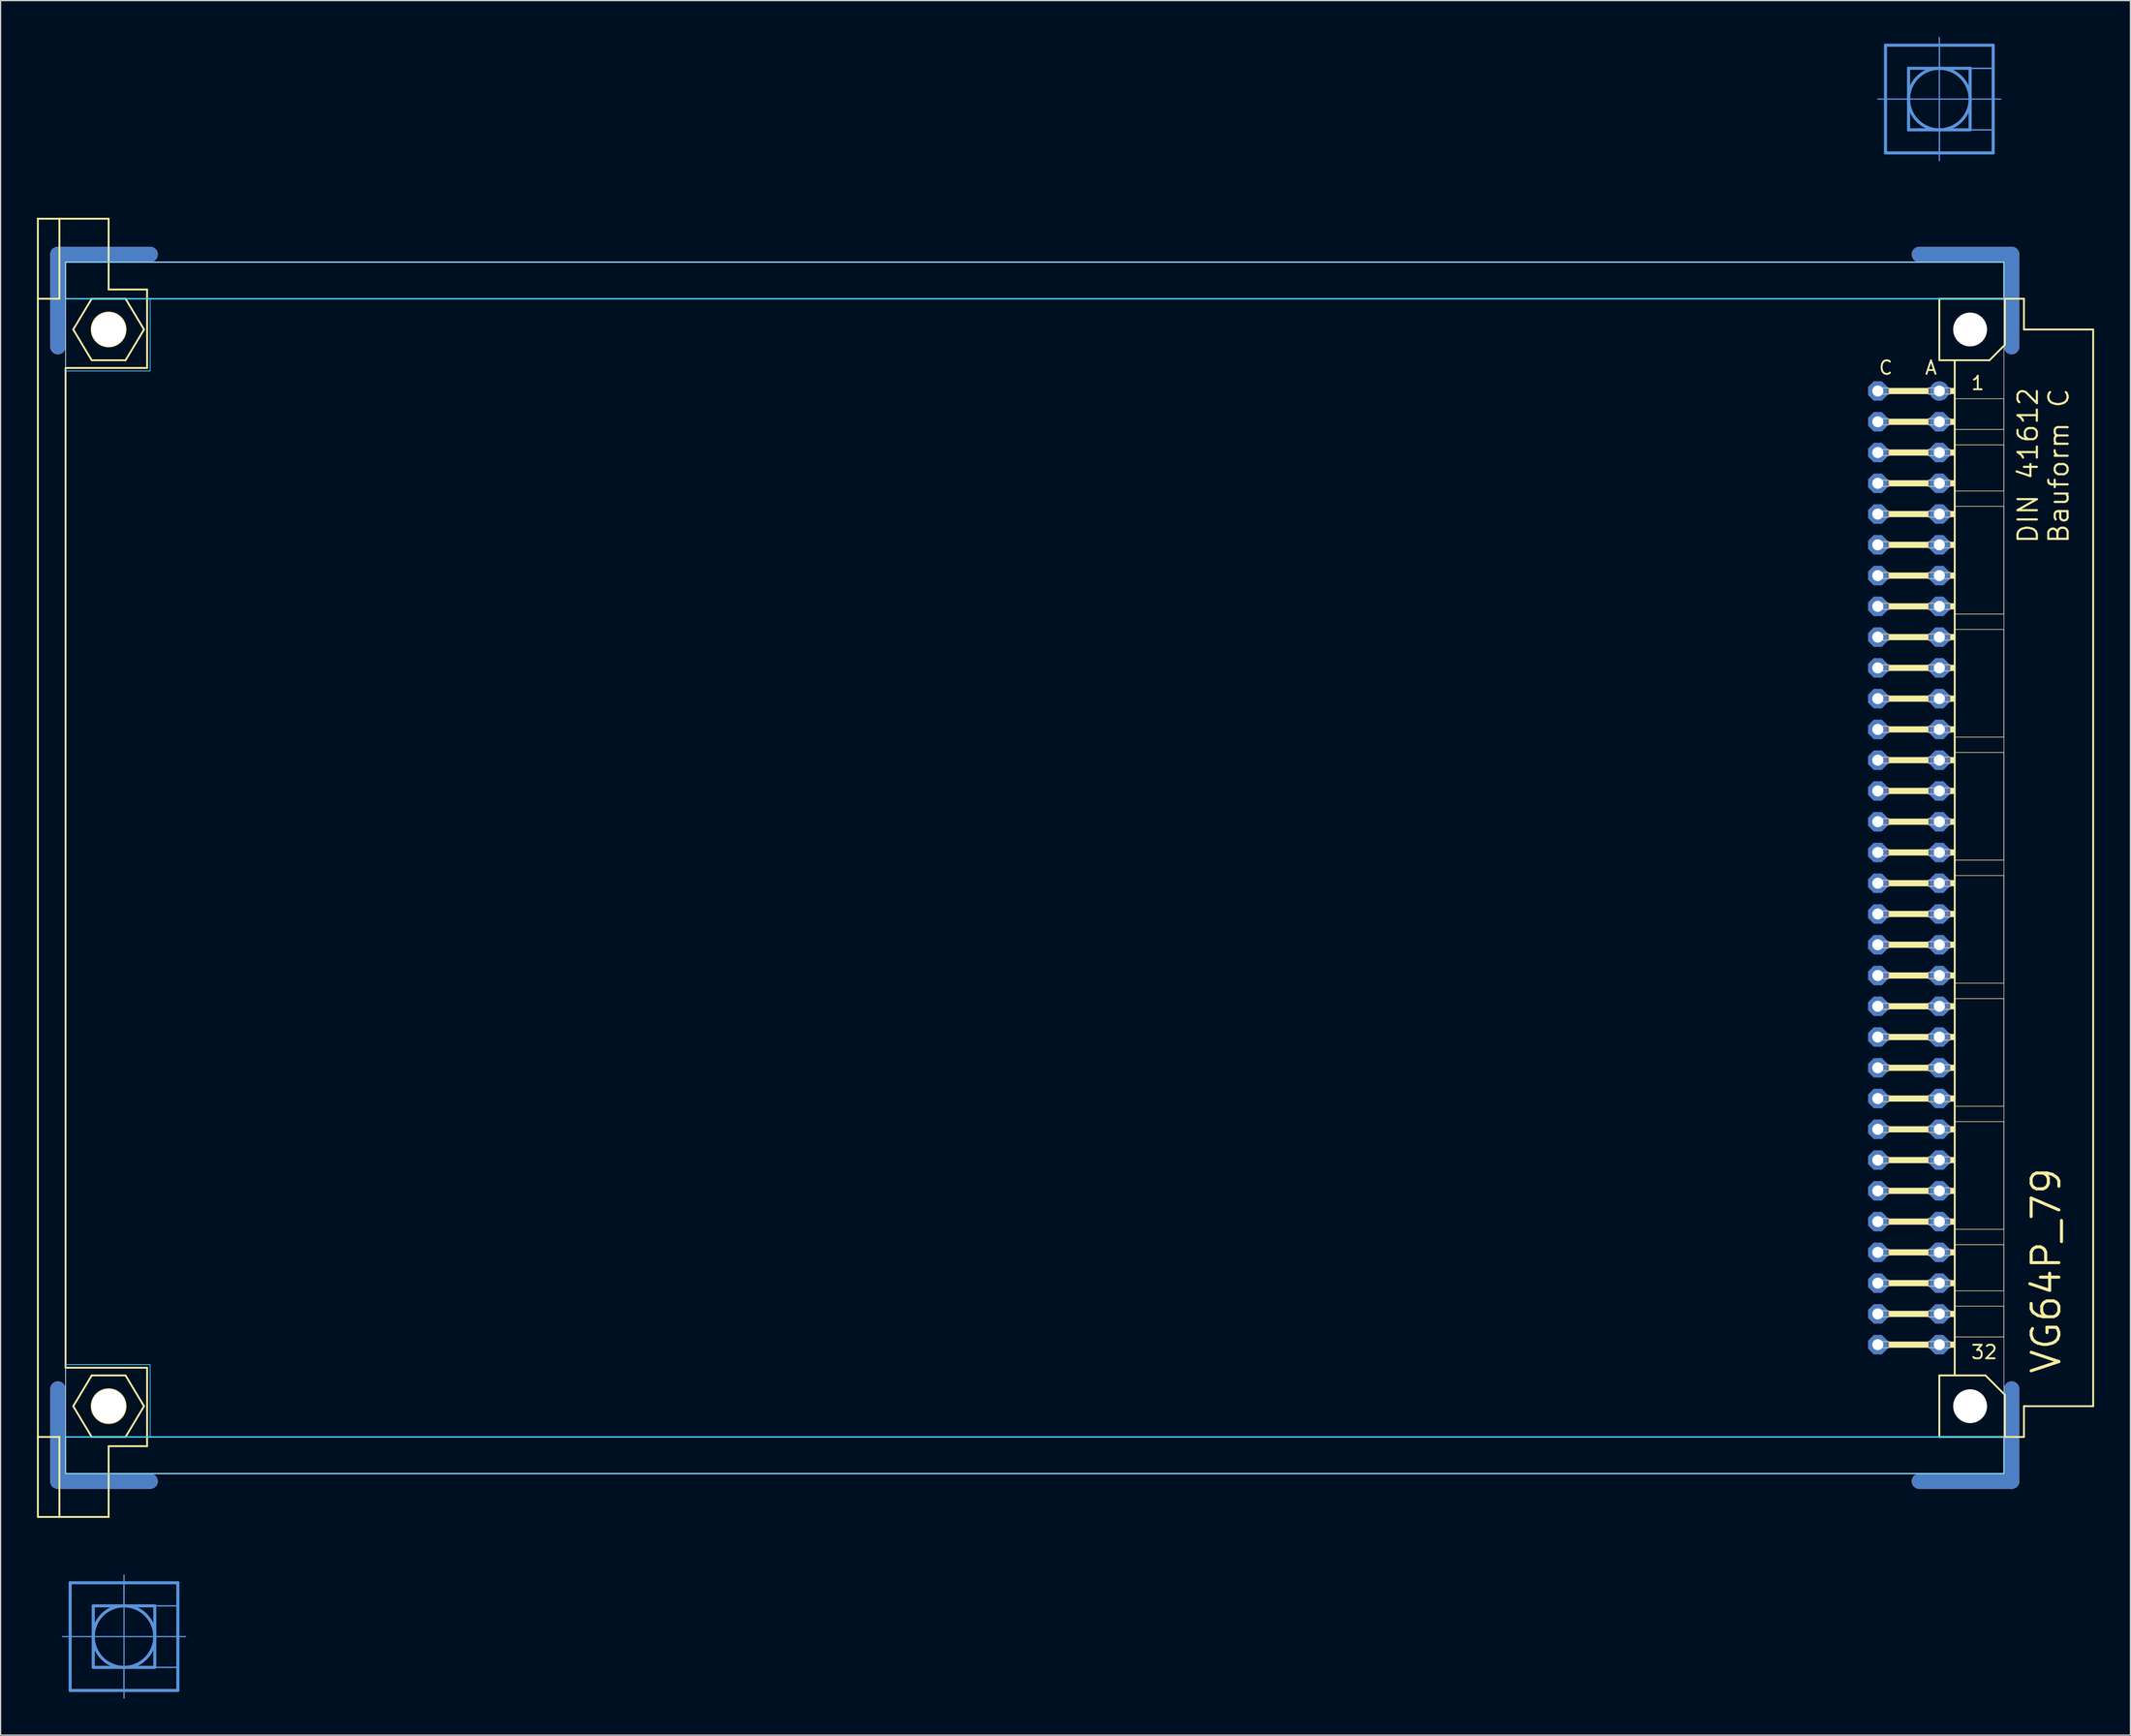
<source format=kicad_pcb>
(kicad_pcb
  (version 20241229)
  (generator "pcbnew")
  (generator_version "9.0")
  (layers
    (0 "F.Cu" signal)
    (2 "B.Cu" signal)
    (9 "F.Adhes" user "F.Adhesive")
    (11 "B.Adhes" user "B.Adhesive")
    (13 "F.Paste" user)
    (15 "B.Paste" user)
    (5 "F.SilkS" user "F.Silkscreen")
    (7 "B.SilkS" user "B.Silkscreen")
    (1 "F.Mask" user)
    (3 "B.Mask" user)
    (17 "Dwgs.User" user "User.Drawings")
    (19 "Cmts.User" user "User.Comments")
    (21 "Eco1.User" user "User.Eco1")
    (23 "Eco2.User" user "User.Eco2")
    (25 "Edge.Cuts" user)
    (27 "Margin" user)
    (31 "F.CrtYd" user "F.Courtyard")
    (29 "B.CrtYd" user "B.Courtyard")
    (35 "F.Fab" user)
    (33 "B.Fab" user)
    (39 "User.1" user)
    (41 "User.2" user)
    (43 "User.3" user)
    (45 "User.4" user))
  (footprint "VG64P_79"
    (layer "F.Cu")
    (at 2.108 68.605)
    (property "Reference" "VG64P_79" (at 165.1 41.91 90) (unlocked yes) (layer "F.SilkS") (effects (font (size 2.286 2.286) (thickness 0.254)) (justify left bottom)))
    (fp_line (start -0.381 -43.028) (end -0.381 -50.648) (stroke (width 1.27) (type solid)) (layer "F.Cu"))
    (fp_line (start -0.381 43.028) (end -0.381 50.648) (stroke (width 1.27) (type solid)) (layer "F.Cu"))
    (fp_line (start 7.239 -50.648) (end -0.381 -50.648) (stroke (width 1.27) (type solid)) (layer "F.Cu"))
    (fp_line (start 7.239 50.648) (end -0.381 50.648) (stroke (width 1.27) (type solid)) (layer "F.Cu"))
    (fp_line (start 153.289 -50.648) (end 160.909 -50.648) (stroke (width 1.27) (type solid)) (layer "F.Cu"))
    (fp_line (start 153.289 50.648) (end 160.909 50.648) (stroke (width 1.27) (type solid)) (layer "F.Cu"))
    (fp_line (start 160.909 -43.028) (end 160.909 -50.648) (stroke (width 1.27) (type solid)) (layer "F.Cu"))
    (fp_line (start 160.909 43.028) (end 160.909 50.648) (stroke (width 1.27) (type solid)) (layer "F.Cu"))
    (fp_line (start 0.254 -42.393) (end 0.254 -50.013) (stroke (width 0.152) (type solid)) (layer "F.Mask"))
    (fp_line (start 0.254 42.393) (end 0.254 50.013) (stroke (width 0.152) (type solid)) (layer "F.Mask"))
    (fp_line (start 7.874 -50.013) (end 0.254 -50.013) (stroke (width 0.152) (type solid)) (layer "F.Mask"))
    (fp_line (start 7.874 50.013) (end 0.254 50.013) (stroke (width 0.152) (type solid)) (layer "F.Mask"))
    (fp_line (start 152.654 -50.013) (end 160.274 -50.013) (stroke (width 0.152) (type solid)) (layer "F.Mask"))
    (fp_line (start 152.654 50.013) (end 160.274 50.013) (stroke (width 0.152) (type solid)) (layer "F.Mask"))
    (fp_line (start 160.274 -42.393) (end 160.274 -50.013) (stroke (width 0.152) (type solid)) (layer "F.Mask"))
    (fp_line (start 160.274 42.393) (end 160.274 50.013) (stroke (width 0.152) (type solid)) (layer "F.Mask"))
    (fp_line (start -0.381 -43.028) (end -0.381 -50.648) (stroke (width 1.27) (type solid)) (layer "B.Cu"))
    (fp_line (start -0.381 43.028) (end -0.381 50.648) (stroke (width 1.27) (type solid)) (layer "B.Cu"))
    (fp_line (start 7.239 -50.648) (end -0.381 -50.648) (stroke (width 1.27) (type solid)) (layer "B.Cu"))
    (fp_line (start 7.239 50.648) (end -0.381 50.648) (stroke (width 1.27) (type solid)) (layer "B.Cu"))
    (fp_line (start 153.289 -50.648) (end 160.909 -50.648) (stroke (width 1.27) (type solid)) (layer "B.Cu"))
    (fp_line (start 153.289 50.648) (end 160.909 50.648) (stroke (width 1.27) (type solid)) (layer "B.Cu"))
    (fp_line (start 160.909 -43.028) (end 160.909 -50.648) (stroke (width 1.27) (type solid)) (layer "B.Cu"))
    (fp_line (start 160.909 43.028) (end 160.909 50.648) (stroke (width 1.27) (type solid)) (layer "B.Cu"))
    (fp_line (start 0.254 -50.013) (end 7.874 -50.013) (stroke (width 0.152) (type solid)) (layer "B.Mask"))
    (fp_line (start 0.254 -42.393) (end 0.254 -50.013) (stroke (width 0.152) (type solid)) (layer "B.Mask"))
    (fp_line (start 0.254 50.013) (end 0.254 42.393) (stroke (width 0.152) (type solid)) (layer "B.Mask"))
    (fp_line (start 7.874 50.013) (end 0.254 50.013) (stroke (width 0.152) (type solid)) (layer "B.Mask"))
    (fp_line (start 152.654 -50.013) (end 160.274 -50.013) (stroke (width 0.152) (type solid)) (layer "B.Mask"))
    (fp_line (start 160.274 -50.013) (end 160.274 -42.393) (stroke (width 0.152) (type solid)) (layer "B.Mask"))
    (fp_line (start 160.274 42.393) (end 160.274 50.013) (stroke (width 0.152) (type solid)) (layer "B.Mask"))
    (fp_line (start 160.274 50.013) (end 152.654 50.013) (stroke (width 0.152) (type solid)) (layer "B.Mask"))
    (fp_line (start -2.032 -53.594) (end -0.254 -53.594) (stroke (width 0.152) (type solid)) (layer "F.SilkS"))
    (fp_line (start -2.032 -46.99) (end -2.032 -53.594) (stroke (width 0.152) (type solid)) (layer "F.SilkS"))
    (fp_line (start -2.032 -46.99) (end -0.254 -46.99) (stroke (width 0.152) (type solid)) (layer "F.SilkS"))
    (fp_line (start -2.032 46.99) (end -2.032 -46.99) (stroke (width 0.152) (type solid)) (layer "F.SilkS"))
    (fp_line (start -2.032 46.99) (end -0.254 46.99) (stroke (width 0.152) (type solid)) (layer "F.SilkS"))
    (fp_line (start -2.032 53.594) (end -2.032 46.99) (stroke (width 0.152) (type solid)) (layer "F.SilkS"))
    (fp_line (start -2.032 53.594) (end -0.254 53.594) (stroke (width 0.152) (type solid)) (layer "F.SilkS"))
    (fp_line (start -0.254 -53.594) (end -0.254 -46.99) (stroke (width 0.152) (type solid)) (layer "F.SilkS"))
    (fp_line (start -0.254 -53.594) (end 3.81 -53.594) (stroke (width 0.152) (type solid)) (layer "F.SilkS"))
    (fp_line (start -0.254 53.594) (end -0.254 46.99) (stroke (width 0.152) (type solid)) (layer "F.SilkS"))
    (fp_line (start -0.254 53.594) (end 3.81 53.594) (stroke (width 0.152) (type solid)) (layer "F.SilkS"))
    (fp_line (start 0.254 -41.275) (end 0.254 41.275) (stroke (width 0.152) (type solid)) (layer "F.SilkS"))
    (fp_line (start 0.254 -41.275) (end 6.985 -41.275) (stroke (width 0.152) (type solid)) (layer "F.SilkS"))
    (fp_line (start 0.254 41.275) (end 6.985 41.275) (stroke (width 0.152) (type solid)) (layer "F.SilkS"))
    (fp_line (start 0.889 -44.45) (end 2.413 -46.99) (stroke (width 0.152) (type solid)) (layer "F.SilkS"))
    (fp_line (start 0.889 44.45) (end 2.413 46.99) (stroke (width 0.152) (type solid)) (layer "F.SilkS"))
    (fp_line (start 2.413 -46.99) (end 5.207 -46.99) (stroke (width 0.152) (type solid)) (layer "F.SilkS"))
    (fp_line (start 2.413 -41.91) (end 0.889 -44.45) (stroke (width 0.152) (type solid)) (layer "F.SilkS"))
    (fp_line (start 2.413 41.91) (end 0.889 44.45) (stroke (width 0.152) (type solid)) (layer "F.SilkS"))
    (fp_line (start 2.413 46.99) (end 5.207 46.99) (stroke (width 0.152) (type solid)) (layer "F.SilkS"))
    (fp_line (start 3.81 -53.594) (end 3.81 -47.752) (stroke (width 0.152) (type solid)) (layer "F.SilkS"))
    (fp_line (start 3.81 -47.752) (end 6.985 -47.752) (stroke (width 0.152) (type solid)) (layer "F.SilkS"))
    (fp_line (start 3.81 47.752) (end 6.985 47.752) (stroke (width 0.152) (type solid)) (layer "F.SilkS"))
    (fp_line (start 3.81 53.594) (end 3.81 47.752) (stroke (width 0.152) (type solid)) (layer "F.SilkS"))
    (fp_line (start 5.207 -46.99) (end 6.731 -44.45) (stroke (width 0.152) (type solid)) (layer "F.SilkS"))
    (fp_line (start 5.207 -41.91) (end 2.413 -41.91) (stroke (width 0.152) (type solid)) (layer "F.SilkS"))
    (fp_line (start 5.207 41.91) (end 2.413 41.91) (stroke (width 0.152) (type solid)) (layer "F.SilkS"))
    (fp_line (start 5.207 46.99) (end 6.731 44.45) (stroke (width 0.152) (type solid)) (layer "F.SilkS"))
    (fp_line (start 6.731 -44.45) (end 5.207 -41.91) (stroke (width 0.152) (type solid)) (layer "F.SilkS"))
    (fp_line (start 6.731 44.45) (end 5.207 41.91) (stroke (width 0.152) (type solid)) (layer "F.SilkS"))
    (fp_line (start 6.985 -47.752) (end 6.985 -41.275) (stroke (width 0.152) (type solid)) (layer "F.SilkS"))
    (fp_line (start 6.985 47.752) (end 6.985 41.275) (stroke (width 0.152) (type solid)) (layer "F.SilkS"))
    (fp_line (start 154.94 -46.99) (end 154.94 -41.91) (stroke (width 0.152) (type solid)) (layer "F.SilkS"))
    (fp_line (start 154.94 -41.91) (end 156.21 -41.91) (stroke (width 0.152) (type solid)) (layer "F.SilkS"))
    (fp_line (start 154.94 41.91) (end 154.94 46.99) (stroke (width 0.152) (type solid)) (layer "F.SilkS"))
    (fp_line (start 154.94 41.91) (end 156.21 41.91) (stroke (width 0.152) (type solid)) (layer "F.SilkS"))
    (fp_line (start 154.94 46.99) (end 160.35 46.99) (stroke (width 0.152) (type solid)) (layer "F.SilkS"))
    (fp_line (start 156.21 -41.91) (end 156.21 -38.735) (stroke (width 0.152) (type solid)) (layer "F.SilkS"))
    (fp_line (start 156.21 -41.91) (end 159.08 -41.91) (stroke (width 0.152) (type solid)) (layer "F.SilkS"))
    (fp_line (start 156.21 -38.735) (end 156.21 -36.195) (stroke (width 0.152) (type solid)) (layer "F.SilkS"))
    (fp_line (start 156.21 -36.195) (end 156.21 -34.925) (stroke (width 0.152) (type solid)) (layer "F.SilkS"))
    (fp_line (start 156.21 -34.925) (end 156.21 -31.115) (stroke (width 0.152) (type solid)) (layer "F.SilkS"))
    (fp_line (start 156.21 -31.115) (end 156.21 -29.845) (stroke (width 0.152) (type solid)) (layer "F.SilkS"))
    (fp_line (start 156.21 -29.845) (end 156.21 -20.955) (stroke (width 0.152) (type solid)) (layer "F.SilkS"))
    (fp_line (start 156.21 -20.955) (end 156.21 -19.685) (stroke (width 0.152) (type solid)) (layer "F.SilkS"))
    (fp_line (start 156.21 -19.685) (end 156.21 -10.795) (stroke (width 0.152) (type solid)) (layer "F.SilkS"))
    (fp_line (start 156.21 -10.795) (end 156.21 -9.525) (stroke (width 0.152) (type solid)) (layer "F.SilkS"))
    (fp_line (start 156.21 -9.525) (end 156.21 -0.635) (stroke (width 0.152) (type solid)) (layer "F.SilkS"))
    (fp_line (start 156.21 -0.635) (end 156.21 0.635) (stroke (width 0.152) (type solid)) (layer "F.SilkS"))
    (fp_line (start 156.21 0.635) (end 156.21 9.525) (stroke (width 0.152) (type solid)) (layer "F.SilkS"))
    (fp_line (start 156.21 9.525) (end 156.21 10.795) (stroke (width 0.152) (type solid)) (layer "F.SilkS"))
    (fp_line (start 156.21 10.795) (end 156.21 19.685) (stroke (width 0.152) (type solid)) (layer "F.SilkS"))
    (fp_line (start 156.21 19.685) (end 156.21 20.955) (stroke (width 0.152) (type solid)) (layer "F.SilkS"))
    (fp_line (start 156.21 20.955) (end 156.21 29.845) (stroke (width 0.152) (type solid)) (layer "F.SilkS"))
    (fp_line (start 156.21 29.845) (end 156.21 31.115) (stroke (width 0.152) (type solid)) (layer "F.SilkS"))
    (fp_line (start 156.21 31.115) (end 156.21 34.925) (stroke (width 0.152) (type solid)) (layer "F.SilkS"))
    (fp_line (start 156.21 34.925) (end 156.21 36.195) (stroke (width 0.152) (type solid)) (layer "F.SilkS"))
    (fp_line (start 156.21 36.195) (end 156.21 38.735) (stroke (width 0.152) (type solid)) (layer "F.SilkS"))
    (fp_line (start 156.21 38.735) (end 156.21 41.91) (stroke (width 0.152) (type solid)) (layer "F.SilkS"))
    (fp_line (start 156.21 41.91) (end 158.75 41.91) (stroke (width 0.152) (type solid)) (layer "F.SilkS"))
    (fp_line (start 159.08 -41.91) (end 160.35 -43.18) (stroke (width 0.152) (type solid)) (layer "F.SilkS"))
    (fp_line (start 160.274 -38.735) (end 156.21 -38.735) (stroke (width 0.051) (type solid)) (layer "F.SilkS"))
    (fp_line (start 160.274 -38.735) (end 160.274 -36.195) (stroke (width 0.051) (type solid)) (layer "F.SilkS"))
    (fp_line (start 160.274 -36.195) (end 156.21 -36.195) (stroke (width 0.051) (type solid)) (layer "F.SilkS"))
    (fp_line (start 160.274 -34.925) (end 156.21 -34.925) (stroke (width 0.051) (type solid)) (layer "F.SilkS"))
    (fp_line (start 160.274 -34.925) (end 160.274 -31.115) (stroke (width 0.051) (type solid)) (layer "F.SilkS"))
    (fp_line (start 160.274 -31.115) (end 156.21 -31.115) (stroke (width 0.051) (type solid)) (layer "F.SilkS"))
    (fp_line (start 160.274 -29.845) (end 156.21 -29.845) (stroke (width 0.051) (type solid)) (layer "F.SilkS"))
    (fp_line (start 160.274 -29.845) (end 160.274 -20.955) (stroke (width 0.051) (type solid)) (layer "F.SilkS"))
    (fp_line (start 160.274 -20.955) (end 156.21 -20.955) (stroke (width 0.051) (type solid)) (layer "F.SilkS"))
    (fp_line (start 160.274 -19.685) (end 156.21 -19.685) (stroke (width 0.051) (type solid)) (layer "F.SilkS"))
    (fp_line (start 160.274 -19.685) (end 160.274 -10.795) (stroke (width 0.051) (type solid)) (layer "F.SilkS"))
    (fp_line (start 160.274 -10.795) (end 156.21 -10.795) (stroke (width 0.051) (type solid)) (layer "F.SilkS"))
    (fp_line (start 160.274 -9.525) (end 156.21 -9.525) (stroke (width 0.051) (type solid)) (layer "F.SilkS"))
    (fp_line (start 160.274 -9.525) (end 160.274 -0.635) (stroke (width 0.051) (type solid)) (layer "F.SilkS"))
    (fp_line (start 160.274 -0.635) (end 156.21 -0.635) (stroke (width 0.051) (type solid)) (layer "F.SilkS"))
    (fp_line (start 160.274 0.635) (end 156.21 0.635) (stroke (width 0.051) (type solid)) (layer "F.SilkS"))
    (fp_line (start 160.274 0.635) (end 160.274 9.525) (stroke (width 0.051) (type solid)) (layer "F.SilkS"))
    (fp_line (start 160.274 9.525) (end 156.21 9.525) (stroke (width 0.051) (type solid)) (layer "F.SilkS"))
    (fp_line (start 160.274 10.795) (end 156.21 10.795) (stroke (width 0.051) (type solid)) (layer "F.SilkS"))
    (fp_line (start 160.274 10.795) (end 160.274 19.685) (stroke (width 0.051) (type solid)) (layer "F.SilkS"))
    (fp_line (start 160.274 19.685) (end 156.21 19.685) (stroke (width 0.051) (type solid)) (layer "F.SilkS"))
    (fp_line (start 160.274 20.955) (end 156.21 20.955) (stroke (width 0.051) (type solid)) (layer "F.SilkS"))
    (fp_line (start 160.274 20.955) (end 160.274 29.845) (stroke (width 0.051) (type solid)) (layer "F.SilkS"))
    (fp_line (start 160.274 29.845) (end 156.21 29.845) (stroke (width 0.051) (type solid)) (layer "F.SilkS"))
    (fp_line (start 160.274 31.115) (end 156.21 31.115) (stroke (width 0.051) (type solid)) (layer "F.SilkS"))
    (fp_line (start 160.274 31.115) (end 160.274 34.925) (stroke (width 0.051) (type solid)) (layer "F.SilkS"))
    (fp_line (start 160.274 34.925) (end 156.21 34.925) (stroke (width 0.051) (type solid)) (layer "F.SilkS"))
    (fp_line (start 160.274 36.195) (end 156.21 36.195) (stroke (width 0.051) (type solid)) (layer "F.SilkS"))
    (fp_line (start 160.274 36.195) (end 160.274 38.735) (stroke (width 0.051) (type solid)) (layer "F.SilkS"))
    (fp_line (start 160.274 38.735) (end 156.21 38.735) (stroke (width 0.051) (type solid)) (layer "F.SilkS"))
    (fp_line (start 160.35 -46.99) (end 154.94 -46.99) (stroke (width 0.152) (type solid)) (layer "F.SilkS"))
    (fp_line (start 160.35 -43.18) (end 160.35 -46.99) (stroke (width 0.152) (type solid)) (layer "F.SilkS"))
    (fp_line (start 160.35 43.51) (end 158.75 41.91) (stroke (width 0.152) (type solid)) (layer "F.SilkS"))
    (fp_line (start 160.35 43.51) (end 160.35 46.99) (stroke (width 0.152) (type solid)) (layer "F.SilkS"))
    (fp_line (start 160.35 46.99) (end 161.925 46.99) (stroke (width 0.152) (type solid)) (layer "F.SilkS"))
    (fp_line (start 161.925 -46.99) (end 160.35 -46.99) (stroke (width 0.152) (type solid)) (layer "F.SilkS"))
    (fp_line (start 161.925 -44.45) (end 161.925 -46.99) (stroke (width 0.152) (type solid)) (layer "F.SilkS"))
    (fp_line (start 161.925 44.45) (end 167.64 44.45) (stroke (width 0.152) (type solid)) (layer "F.SilkS"))
    (fp_line (start 161.925 46.99) (end 161.925 44.45) (stroke (width 0.152) (type solid)) (layer "F.SilkS"))
    (fp_line (start 167.64 -44.45) (end 161.925 -44.45) (stroke (width 0.152) (type solid)) (layer "F.SilkS"))
    (fp_line (start 167.64 44.45) (end 167.64 -44.45) (stroke (width 0.152) (type solid)) (layer "F.SilkS"))
    (fp_circle (center 3.81 -44.45) (end 5.207 -44.45) (stroke (width 0.152) (type solid)) (fill no) (layer "F.SilkS"))
    (fp_circle (center 3.81 44.45) (end 5.207 44.45) (stroke (width 0.152) (type solid)) (fill no) (layer "F.SilkS"))
    (fp_circle (center 157.48 -44.45) (end 158.75 -44.45) (stroke (width 0.152) (type solid)) (fill no) (layer "F.SilkS"))
    (fp_circle (center 157.48 44.45) (end 158.75 44.45) (stroke (width 0.152) (type solid)) (fill no) (layer "F.SilkS"))
    (fp_poly (pts (xy 150.749 -39.116) (xy 154.051 -39.116) (xy 154.051 -39.624) (xy 150.749 -39.624)) (stroke (width 0) (type default)) (fill yes) (layer "F.SilkS"))
    (fp_poly (pts (xy 150.749 -36.576) (xy 154.051 -36.576) (xy 154.051 -37.084) (xy 150.749 -37.084)) (stroke (width 0) (type default)) (fill yes) (layer "F.SilkS"))
    (fp_poly (pts (xy 150.749 -34.036) (xy 154.051 -34.036) (xy 154.051 -34.544) (xy 150.749 -34.544)) (stroke (width 0) (type default)) (fill yes) (layer "F.SilkS"))
    (fp_poly (pts (xy 150.749 -31.496) (xy 154.051 -31.496) (xy 154.051 -32.004) (xy 150.749 -32.004)) (stroke (width 0) (type default)) (fill yes) (layer "F.SilkS"))
    (fp_poly (pts (xy 150.749 -28.956) (xy 154.051 -28.956) (xy 154.051 -29.464) (xy 150.749 -29.464)) (stroke (width 0) (type default)) (fill yes) (layer "F.SilkS"))
    (fp_poly (pts (xy 150.749 -26.416) (xy 154.051 -26.416) (xy 154.051 -26.924) (xy 150.749 -26.924)) (stroke (width 0) (type default)) (fill yes) (layer "F.SilkS"))
    (fp_poly (pts (xy 150.749 -23.876) (xy 154.051 -23.876) (xy 154.051 -24.384) (xy 150.749 -24.384)) (stroke (width 0) (type default)) (fill yes) (layer "F.SilkS"))
    (fp_poly (pts (xy 150.749 -21.336) (xy 154.051 -21.336) (xy 154.051 -21.844) (xy 150.749 -21.844)) (stroke (width 0) (type default)) (fill yes) (layer "F.SilkS"))
    (fp_poly (pts (xy 150.749 -18.796) (xy 154.051 -18.796) (xy 154.051 -19.304) (xy 150.749 -19.304)) (stroke (width 0) (type default)) (fill yes) (layer "F.SilkS"))
    (fp_poly (pts (xy 150.749 -16.256) (xy 154.051 -16.256) (xy 154.051 -16.764) (xy 150.749 -16.764)) (stroke (width 0) (type default)) (fill yes) (layer "F.SilkS"))
    (fp_poly (pts (xy 150.749 -13.716) (xy 154.051 -13.716) (xy 154.051 -14.224) (xy 150.749 -14.224)) (stroke (width 0) (type default)) (fill yes) (layer "F.SilkS"))
    (fp_poly (pts (xy 150.749 -11.176) (xy 154.051 -11.176) (xy 154.051 -11.684) (xy 150.749 -11.684)) (stroke (width 0) (type default)) (fill yes) (layer "F.SilkS"))
    (fp_poly (pts (xy 150.749 -8.636) (xy 154.051 -8.636) (xy 154.051 -9.144) (xy 150.749 -9.144)) (stroke (width 0) (type default)) (fill yes) (layer "F.SilkS"))
    (fp_poly (pts (xy 150.749 -6.096) (xy 154.051 -6.096) (xy 154.051 -6.604) (xy 150.749 -6.604)) (stroke (width 0) (type default)) (fill yes) (layer "F.SilkS"))
    (fp_poly (pts (xy 150.749 -3.556) (xy 154.051 -3.556) (xy 154.051 -4.064) (xy 150.749 -4.064)) (stroke (width 0) (type default)) (fill yes) (layer "F.SilkS"))
    (fp_poly (pts (xy 150.749 -1.016) (xy 154.051 -1.016) (xy 154.051 -1.524) (xy 150.749 -1.524)) (stroke (width 0) (type default)) (fill yes) (layer "F.SilkS"))
    (fp_poly (pts (xy 150.749 1.524) (xy 154.051 1.524) (xy 154.051 1.016) (xy 150.749 1.016)) (stroke (width 0) (type default)) (fill yes) (layer "F.SilkS"))
    (fp_poly (pts (xy 150.749 4.064) (xy 154.051 4.064) (xy 154.051 3.556) (xy 150.749 3.556)) (stroke (width 0) (type default)) (fill yes) (layer "F.SilkS"))
    (fp_poly (pts (xy 150.749 6.604) (xy 154.051 6.604) (xy 154.051 6.096) (xy 150.749 6.096)) (stroke (width 0) (type default)) (fill yes) (layer "F.SilkS"))
    (fp_poly (pts (xy 150.749 9.144) (xy 154.051 9.144) (xy 154.051 8.636) (xy 150.749 8.636)) (stroke (width 0) (type default)) (fill yes) (layer "F.SilkS"))
    (fp_poly (pts (xy 150.749 11.684) (xy 154.051 11.684) (xy 154.051 11.176) (xy 150.749 11.176)) (stroke (width 0) (type default)) (fill yes) (layer "F.SilkS"))
    (fp_poly (pts (xy 150.749 14.224) (xy 154.051 14.224) (xy 154.051 13.716) (xy 150.749 13.716)) (stroke (width 0) (type default)) (fill yes) (layer "F.SilkS"))
    (fp_poly (pts (xy 150.749 16.764) (xy 154.051 16.764) (xy 154.051 16.256) (xy 150.749 16.256)) (stroke (width 0) (type default)) (fill yes) (layer "F.SilkS"))
    (fp_poly (pts (xy 150.749 19.304) (xy 154.051 19.304) (xy 154.051 18.796) (xy 150.749 18.796)) (stroke (width 0) (type default)) (fill yes) (layer "F.SilkS"))
    (fp_poly (pts (xy 150.749 21.844) (xy 154.051 21.844) (xy 154.051 21.336) (xy 150.749 21.336)) (stroke (width 0) (type default)) (fill yes) (layer "F.SilkS"))
    (fp_poly (pts (xy 150.749 24.384) (xy 154.051 24.384) (xy 154.051 23.876) (xy 150.749 23.876)) (stroke (width 0) (type default)) (fill yes) (layer "F.SilkS"))
    (fp_poly (pts (xy 150.749 26.924) (xy 154.051 26.924) (xy 154.051 26.416) (xy 150.749 26.416)) (stroke (width 0) (type default)) (fill yes) (layer "F.SilkS"))
    (fp_poly (pts (xy 150.749 29.464) (xy 154.051 29.464) (xy 154.051 28.956) (xy 150.749 28.956)) (stroke (width 0) (type default)) (fill yes) (layer "F.SilkS"))
    (fp_poly (pts (xy 150.749 32.004) (xy 154.051 32.004) (xy 154.051 31.496) (xy 150.749 31.496)) (stroke (width 0) (type default)) (fill yes) (layer "F.SilkS"))
    (fp_poly (pts (xy 150.749 34.544) (xy 154.051 34.544) (xy 154.051 34.036) (xy 150.749 34.036)) (stroke (width 0) (type default)) (fill yes) (layer "F.SilkS"))
    (fp_poly (pts (xy 150.749 37.084) (xy 154.051 37.084) (xy 154.051 36.576) (xy 150.749 36.576)) (stroke (width 0) (type default)) (fill yes) (layer "F.SilkS"))
    (fp_poly (pts (xy 150.749 39.624) (xy 154.051 39.624) (xy 154.051 39.116) (xy 150.749 39.116)) (stroke (width 0) (type default)) (fill yes) (layer "F.SilkS"))
    (fp_poly (pts (xy 155.829 -39.116) (xy 156.21 -39.116) (xy 156.21 -39.624) (xy 155.829 -39.624)) (stroke (width 0) (type default)) (fill yes) (layer "F.SilkS"))
    (fp_poly (pts (xy 155.829 -36.576) (xy 156.21 -36.576) (xy 156.21 -37.084) (xy 155.829 -37.084)) (stroke (width 0) (type default)) (fill yes) (layer "F.SilkS"))
    (fp_poly (pts (xy 155.829 -34.036) (xy 156.21 -34.036) (xy 156.21 -34.544) (xy 155.829 -34.544)) (stroke (width 0) (type default)) (fill yes) (layer "F.SilkS"))
    (fp_poly (pts (xy 155.829 -31.496) (xy 156.21 -31.496) (xy 156.21 -32.004) (xy 155.829 -32.004)) (stroke (width 0) (type default)) (fill yes) (layer "F.SilkS"))
    (fp_poly (pts (xy 155.829 -28.956) (xy 156.21 -28.956) (xy 156.21 -29.464) (xy 155.829 -29.464)) (stroke (width 0) (type default)) (fill yes) (layer "F.SilkS"))
    (fp_poly (pts (xy 155.829 -26.416) (xy 156.21 -26.416) (xy 156.21 -26.924) (xy 155.829 -26.924)) (stroke (width 0) (type default)) (fill yes) (layer "F.SilkS"))
    (fp_poly (pts (xy 155.829 -23.876) (xy 156.21 -23.876) (xy 156.21 -24.384) (xy 155.829 -24.384)) (stroke (width 0) (type default)) (fill yes) (layer "F.SilkS"))
    (fp_poly (pts (xy 155.829 -21.336) (xy 156.21 -21.336) (xy 156.21 -21.844) (xy 155.829 -21.844)) (stroke (width 0) (type default)) (fill yes) (layer "F.SilkS"))
    (fp_poly (pts (xy 155.829 -18.796) (xy 156.21 -18.796) (xy 156.21 -19.304) (xy 155.829 -19.304)) (stroke (width 0) (type default)) (fill yes) (layer "F.SilkS"))
    (fp_poly (pts (xy 155.829 -16.256) (xy 156.21 -16.256) (xy 156.21 -16.764) (xy 155.829 -16.764)) (stroke (width 0) (type default)) (fill yes) (layer "F.SilkS"))
    (fp_poly (pts (xy 155.829 -13.716) (xy 156.21 -13.716) (xy 156.21 -14.224) (xy 155.829 -14.224)) (stroke (width 0) (type default)) (fill yes) (layer "F.SilkS"))
    (fp_poly (pts (xy 155.829 -11.176) (xy 156.21 -11.176) (xy 156.21 -11.684) (xy 155.829 -11.684)) (stroke (width 0) (type default)) (fill yes) (layer "F.SilkS"))
    (fp_poly (pts (xy 155.829 -8.636) (xy 156.21 -8.636) (xy 156.21 -9.144) (xy 155.829 -9.144)) (stroke (width 0) (type default)) (fill yes) (layer "F.SilkS"))
    (fp_poly (pts (xy 155.829 -6.096) (xy 156.21 -6.096) (xy 156.21 -6.604) (xy 155.829 -6.604)) (stroke (width 0) (type default)) (fill yes) (layer "F.SilkS"))
    (fp_poly (pts (xy 155.829 -3.556) (xy 156.21 -3.556) (xy 156.21 -4.064) (xy 155.829 -4.064)) (stroke (width 0) (type default)) (fill yes) (layer "F.SilkS"))
    (fp_poly (pts (xy 155.829 -1.016) (xy 156.21 -1.016) (xy 156.21 -1.524) (xy 155.829 -1.524)) (stroke (width 0) (type default)) (fill yes) (layer "F.SilkS"))
    (fp_poly (pts (xy 155.829 1.524) (xy 156.21 1.524) (xy 156.21 1.016) (xy 155.829 1.016)) (stroke (width 0) (type default)) (fill yes) (layer "F.SilkS"))
    (fp_poly (pts (xy 155.829 4.064) (xy 156.21 4.064) (xy 156.21 3.556) (xy 155.829 3.556)) (stroke (width 0) (type default)) (fill yes) (layer "F.SilkS"))
    (fp_poly (pts (xy 155.829 6.604) (xy 156.21 6.604) (xy 156.21 6.096) (xy 155.829 6.096)) (stroke (width 0) (type default)) (fill yes) (layer "F.SilkS"))
    (fp_poly (pts (xy 155.829 9.144) (xy 156.21 9.144) (xy 156.21 8.636) (xy 155.829 8.636)) (stroke (width 0) (type default)) (fill yes) (layer "F.SilkS"))
    (fp_poly (pts (xy 155.829 11.684) (xy 156.21 11.684) (xy 156.21 11.176) (xy 155.829 11.176)) (stroke (width 0) (type default)) (fill yes) (layer "F.SilkS"))
    (fp_poly (pts (xy 155.829 14.224) (xy 156.21 14.224) (xy 156.21 13.716) (xy 155.829 13.716)) (stroke (width 0) (type default)) (fill yes) (layer "F.SilkS"))
    (fp_poly (pts (xy 155.829 16.764) (xy 156.21 16.764) (xy 156.21 16.256) (xy 155.829 16.256)) (stroke (width 0) (type default)) (fill yes) (layer "F.SilkS"))
    (fp_poly (pts (xy 155.829 19.304) (xy 156.21 19.304) (xy 156.21 18.796) (xy 155.829 18.796)) (stroke (width 0) (type default)) (fill yes) (layer "F.SilkS"))
    (fp_poly (pts (xy 155.829 21.844) (xy 156.21 21.844) (xy 156.21 21.336) (xy 155.829 21.336)) (stroke (width 0) (type default)) (fill yes) (layer "F.SilkS"))
    (fp_poly (pts (xy 155.829 24.384) (xy 156.21 24.384) (xy 156.21 23.876) (xy 155.829 23.876)) (stroke (width 0) (type default)) (fill yes) (layer "F.SilkS"))
    (fp_poly (pts (xy 155.829 26.924) (xy 156.21 26.924) (xy 156.21 26.416) (xy 155.829 26.416)) (stroke (width 0) (type default)) (fill yes) (layer "F.SilkS"))
    (fp_poly (pts (xy 155.829 29.464) (xy 156.21 29.464) (xy 156.21 28.956) (xy 155.829 28.956)) (stroke (width 0) (type default)) (fill yes) (layer "F.SilkS"))
    (fp_poly (pts (xy 155.829 32.004) (xy 156.21 32.004) (xy 156.21 31.496) (xy 155.829 31.496)) (stroke (width 0) (type default)) (fill yes) (layer "F.SilkS"))
    (fp_poly (pts (xy 155.829 34.544) (xy 156.21 34.544) (xy 156.21 34.036) (xy 155.829 34.036)) (stroke (width 0) (type default)) (fill yes) (layer "F.SilkS"))
    (fp_poly (pts (xy 155.829 37.084) (xy 156.21 37.084) (xy 156.21 36.576) (xy 155.829 36.576)) (stroke (width 0) (type default)) (fill yes) (layer "F.SilkS"))
    (fp_poly (pts (xy 155.829 39.624) (xy 156.21 39.624) (xy 156.21 39.116) (xy 155.829 39.116)) (stroke (width 0) (type default)) (fill yes) (layer "F.SilkS"))
    (fp_line (start 0 63.475) (end 0.635 63.475) (stroke (width 0.102) (type solid)) (layer "Cmts.User"))
    (fp_line (start 0.635 59.03) (end 9.525 59.03) (stroke (width 0.254) (type solid)) (layer "Cmts.User"))
    (fp_line (start 0.635 63.475) (end 0.635 59.03) (stroke (width 0.254) (type solid)) (layer "Cmts.User"))
    (fp_line (start 0.635 63.475) (end 10.16 63.475) (stroke (width 0.102) (type solid)) (layer "Cmts.User"))
    (fp_line (start 0.635 67.92) (end 0.635 63.475) (stroke (width 0.254) (type solid)) (layer "Cmts.User"))
    (fp_line (start 2.54 60.935) (end 2.54 66.015) (stroke (width 0.254) (type solid)) (layer "Cmts.User"))
    (fp_line (start 2.54 66.015) (end 7.62 66.015) (stroke (width 0.254) (type solid)) (layer "Cmts.User"))
    (fp_line (start 5.08 68.555) (end 5.08 58.395) (stroke (width 0.102) (type solid)) (layer "Cmts.User"))
    (fp_line (start 7.62 60.935) (end 2.54 60.935) (stroke (width 0.254) (type solid)) (layer "Cmts.User"))
    (fp_line (start 7.62 66.015) (end 7.62 60.935) (stroke (width 0.254) (type solid)) (layer "Cmts.User"))
    (fp_line (start 9.525 59.03) (end 9.525 67.92) (stroke (width 0.254) (type solid)) (layer "Cmts.User"))
    (fp_line (start 9.525 67.92) (end 0.635 67.92) (stroke (width 0.254) (type solid)) (layer "Cmts.User"))
    (fp_line (start 149.86 -63.475) (end 150.495 -63.475) (stroke (width 0.102) (type solid)) (layer "Cmts.User"))
    (fp_line (start 150.495 -67.92) (end 159.385 -67.92) (stroke (width 0.254) (type solid)) (layer "Cmts.User"))
    (fp_line (start 150.495 -63.475) (end 150.495 -67.92) (stroke (width 0.254) (type solid)) (layer "Cmts.User"))
    (fp_line (start 150.495 -63.475) (end 160.02 -63.475) (stroke (width 0.102) (type solid)) (layer "Cmts.User"))
    (fp_line (start 150.495 -59.03) (end 150.495 -63.475) (stroke (width 0.254) (type solid)) (layer "Cmts.User"))
    (fp_line (start 152.4 -66.015) (end 152.4 -60.935) (stroke (width 0.254) (type solid)) (layer "Cmts.User"))
    (fp_line (start 152.4 -60.935) (end 157.48 -60.935) (stroke (width 0.254) (type solid)) (layer "Cmts.User"))
    (fp_line (start 154.94 -58.395) (end 154.94 -68.555) (stroke (width 0.102) (type solid)) (layer "Cmts.User"))
    (fp_line (start 157.48 -66.015) (end 152.4 -66.015) (stroke (width 0.254) (type solid)) (layer "Cmts.User"))
    (fp_line (start 157.48 -60.935) (end 157.48 -66.015) (stroke (width 0.254) (type solid)) (layer "Cmts.User"))
    (fp_line (start 159.385 -67.92) (end 159.385 -59.03) (stroke (width 0.254) (type solid)) (layer "Cmts.User"))
    (fp_line (start 159.385 -59.03) (end 150.495 -59.03) (stroke (width 0.254) (type solid)) (layer "Cmts.User"))
    (fp_circle (center 5.08 63.475) (end 7.62 63.475) (stroke (width 0.254) (type solid)) (fill no) (layer "Cmts.User"))
    (fp_circle (center 154.94 -63.475) (end 157.48 -63.475) (stroke (width 0.254) (type solid)) (fill no) (layer "Cmts.User"))
    (fp_poly (pts (xy 5.08 60.935) (xy 9.525 60.935) (xy 9.525 59.03) (xy 5.08 59.03)) (stroke (width 0.1) (type default)) (fill no) (layer "Cmts.User"))
    (fp_poly (pts (xy 5.08 67.92) (xy 9.525 67.92) (xy 9.525 66.015) (xy 5.08 66.015)) (stroke (width 0.1) (type default)) (fill no) (layer "Cmts.User"))
    (fp_poly (pts (xy 7.62 66.015) (xy 9.525 66.015) (xy 9.525 60.935) (xy 7.62 60.935)) (stroke (width 0.1) (type default)) (fill no) (layer "Cmts.User"))
    (fp_poly (pts (xy 154.94 -66.015) (xy 159.385 -66.015) (xy 159.385 -67.92) (xy 154.94 -67.92)) (stroke (width 0.1) (type default)) (fill no) (layer "Cmts.User"))
    (fp_poly (pts (xy 154.94 -59.03) (xy 159.385 -59.03) (xy 159.385 -60.935) (xy 154.94 -60.935)) (stroke (width 0.1) (type default)) (fill no) (layer "Cmts.User"))
    (fp_poly (pts (xy 157.48 -60.935) (xy 159.385 -60.935) (xy 159.385 -66.015) (xy 157.48 -66.015)) (stroke (width 0.1) (type default)) (fill no) (layer "Cmts.User"))
    (fp_line (start 0.254 -50.013) (end 0.254 50.013) (stroke (width 0.05) (type solid)) (layer "Edge.Cuts"))
    (fp_line (start 0.254 50.013) (end 160.274 50.013) (stroke (width 0.05) (type solid)) (layer "Edge.Cuts"))
    (fp_line (start 160.274 -50.013) (end 0.254 -50.013) (stroke (width 0.05) (type solid)) (layer "Edge.Cuts"))
    (fp_line (start 160.274 50.013) (end 160.274 -50.013) (stroke (width 0.05) (type solid)) (layer "Edge.Cuts"))
    (fp_line (start 0.254 -41.021) (end 0.254 -50.013) (stroke (width 0.051) (type solid)) (layer "B.CrtYd"))
    (fp_line (start 0.254 -41.021) (end 7.239 -41.021) (stroke (width 0.051) (type solid)) (layer "B.CrtYd"))
    (fp_line (start 0.254 41.021) (end 0.254 50.013) (stroke (width 0.051) (type solid)) (layer "B.CrtYd"))
    (fp_line (start 0.254 41.021) (end 7.239 41.021) (stroke (width 0.051) (type solid)) (layer "B.CrtYd"))
    (fp_line (start 7.239 -46.99) (end 7.239 -41.021) (stroke (width 0.051) (type solid)) (layer "B.CrtYd"))
    (fp_line (start 7.239 46.99) (end 7.239 41.021) (stroke (width 0.051) (type solid)) (layer "B.CrtYd"))
    (fp_line (start 160.274 -50.013) (end 160.274 -46.99) (stroke (width 0.051) (type solid)) (layer "B.CrtYd"))
    (fp_line (start 160.274 50.013) (end 160.274 46.99) (stroke (width 0.051) (type solid)) (layer "B.CrtYd"))
    (fp_poly (pts (xy 0.254 -46.99) (xy 160.274 -46.99) (xy 160.274 -50.013) (xy 0.254 -50.013)) (stroke (width 0.1) (type default)) (fill no) (layer "B.CrtYd"))
    (fp_poly (pts (xy 0.254 50.013) (xy 160.274 50.013) (xy 160.274 46.99) (xy 0.254 46.99)) (stroke (width 0.1) (type default)) (fill no) (layer "B.CrtYd"))
    (fp_line (start 0.254 -41.021) (end 0.254 -50.013) (stroke (width 0.051) (type solid)) (layer "F.CrtYd"))
    (fp_line (start 0.254 -41.021) (end 7.239 -41.021) (stroke (width 0.051) (type solid)) (layer "F.CrtYd"))
    (fp_line (start 0.254 41.021) (end 0.254 50.013) (stroke (width 0.051) (type solid)) (layer "F.CrtYd"))
    (fp_line (start 0.254 41.021) (end 7.239 41.021) (stroke (width 0.051) (type solid)) (layer "F.CrtYd"))
    (fp_line (start 7.239 -46.99) (end 7.239 -41.021) (stroke (width 0.051) (type solid)) (layer "F.CrtYd"))
    (fp_line (start 7.239 46.99) (end 7.239 41.021) (stroke (width 0.051) (type solid)) (layer "F.CrtYd"))
    (fp_line (start 160.274 -50.013) (end 160.274 -46.99) (stroke (width 0.051) (type solid)) (layer "F.CrtYd"))
    (fp_line (start 160.274 50.013) (end 160.274 46.99) (stroke (width 0.051) (type solid)) (layer "F.CrtYd"))
    (fp_poly (pts (xy 0.254 -46.99) (xy 160.274 -46.99) (xy 160.274 -50.013) (xy 0.254 -50.013)) (stroke (width 0.1) (type default)) (fill no) (layer "F.CrtYd"))
    (fp_poly (pts (xy 0.254 50.013) (xy 160.274 50.013) (xy 160.274 46.99) (xy 0.254 46.99)) (stroke (width 0.1) (type default)) (fill no) (layer "F.CrtYd"))
    (fp_poly (pts (xy 149.606 -39.116) (xy 150.749 -39.116) (xy 150.749 -39.624) (xy 149.606 -39.624)) (stroke (width 0.1) (type default)) (fill no) (layer "F.Fab"))
    (fp_poly (pts (xy 149.606 -36.576) (xy 150.749 -36.576) (xy 150.749 -37.084) (xy 149.606 -37.084)) (stroke (width 0.1) (type default)) (fill no) (layer "F.Fab"))
    (fp_poly (pts (xy 149.606 -34.036) (xy 150.749 -34.036) (xy 150.749 -34.544) (xy 149.606 -34.544)) (stroke (width 0.1) (type default)) (fill no) (layer "F.Fab"))
    (fp_poly (pts (xy 149.606 -31.496) (xy 150.749 -31.496) (xy 150.749 -32.004) (xy 149.606 -32.004)) (stroke (width 0.1) (type default)) (fill no) (layer "F.Fab"))
    (fp_poly (pts (xy 149.606 -28.956) (xy 150.749 -28.956) (xy 150.749 -29.464) (xy 149.606 -29.464)) (stroke (width 0.1) (type default)) (fill no) (layer "F.Fab"))
    (fp_poly (pts (xy 149.606 -26.416) (xy 150.749 -26.416) (xy 150.749 -26.924) (xy 149.606 -26.924)) (stroke (width 0.1) (type default)) (fill no) (layer "F.Fab"))
    (fp_poly (pts (xy 149.606 -23.876) (xy 150.749 -23.876) (xy 150.749 -24.384) (xy 149.606 -24.384)) (stroke (width 0.1) (type default)) (fill no) (layer "F.Fab"))
    (fp_poly (pts (xy 149.606 -21.336) (xy 150.749 -21.336) (xy 150.749 -21.844) (xy 149.606 -21.844)) (stroke (width 0.1) (type default)) (fill no) (layer "F.Fab"))
    (fp_poly (pts (xy 149.606 -18.796) (xy 150.749 -18.796) (xy 150.749 -19.304) (xy 149.606 -19.304)) (stroke (width 0.1) (type default)) (fill no) (layer "F.Fab"))
    (fp_poly (pts (xy 149.606 -16.256) (xy 150.749 -16.256) (xy 150.749 -16.764) (xy 149.606 -16.764)) (stroke (width 0.1) (type default)) (fill no) (layer "F.Fab"))
    (fp_poly (pts (xy 149.606 -13.716) (xy 150.749 -13.716) (xy 150.749 -14.224) (xy 149.606 -14.224)) (stroke (width 0.1) (type default)) (fill no) (layer "F.Fab"))
    (fp_poly (pts (xy 149.606 -11.176) (xy 150.749 -11.176) (xy 150.749 -11.684) (xy 149.606 -11.684)) (stroke (width 0.1) (type default)) (fill no) (layer "F.Fab"))
    (fp_poly (pts (xy 149.606 -8.636) (xy 150.749 -8.636) (xy 150.749 -9.144) (xy 149.606 -9.144)) (stroke (width 0.1) (type default)) (fill no) (layer "F.Fab"))
    (fp_poly (pts (xy 149.606 -6.096) (xy 150.749 -6.096) (xy 150.749 -6.604) (xy 149.606 -6.604)) (stroke (width 0.1) (type default)) (fill no) (layer "F.Fab"))
    (fp_poly (pts (xy 149.606 -3.556) (xy 150.749 -3.556) (xy 150.749 -4.064) (xy 149.606 -4.064)) (stroke (width 0.1) (type default)) (fill no) (layer "F.Fab"))
    (fp_poly (pts (xy 149.606 -1.016) (xy 150.749 -1.016) (xy 150.749 -1.524) (xy 149.606 -1.524)) (stroke (width 0.1) (type default)) (fill no) (layer "F.Fab"))
    (fp_poly (pts (xy 149.606 1.524) (xy 150.749 1.524) (xy 150.749 1.016) (xy 149.606 1.016)) (stroke (width 0.1) (type default)) (fill no) (layer "F.Fab"))
    (fp_poly (pts (xy 149.606 4.064) (xy 150.749 4.064) (xy 150.749 3.556) (xy 149.606 3.556)) (stroke (width 0.1) (type default)) (fill no) (layer "F.Fab"))
    (fp_poly (pts (xy 149.606 6.604) (xy 150.749 6.604) (xy 150.749 6.096) (xy 149.606 6.096)) (stroke (width 0.1) (type default)) (fill no) (layer "F.Fab"))
    (fp_poly (pts (xy 149.606 9.144) (xy 150.749 9.144) (xy 150.749 8.636) (xy 149.606 8.636)) (stroke (width 0.1) (type default)) (fill no) (layer "F.Fab"))
    (fp_poly (pts (xy 149.606 11.684) (xy 150.749 11.684) (xy 150.749 11.176) (xy 149.606 11.176)) (stroke (width 0.1) (type default)) (fill no) (layer "F.Fab"))
    (fp_poly (pts (xy 149.606 14.224) (xy 150.749 14.224) (xy 150.749 13.716) (xy 149.606 13.716)) (stroke (width 0.1) (type default)) (fill no) (layer "F.Fab"))
    (fp_poly (pts (xy 149.606 16.764) (xy 150.749 16.764) (xy 150.749 16.256) (xy 149.606 16.256)) (stroke (width 0.1) (type default)) (fill no) (layer "F.Fab"))
    (fp_poly (pts (xy 149.606 19.304) (xy 150.749 19.304) (xy 150.749 18.796) (xy 149.606 18.796)) (stroke (width 0.1) (type default)) (fill no) (layer "F.Fab"))
    (fp_poly (pts (xy 149.606 21.844) (xy 150.749 21.844) (xy 150.749 21.336) (xy 149.606 21.336)) (stroke (width 0.1) (type default)) (fill no) (layer "F.Fab"))
    (fp_poly (pts (xy 149.606 24.384) (xy 150.749 24.384) (xy 150.749 23.876) (xy 149.606 23.876)) (stroke (width 0.1) (type default)) (fill no) (layer "F.Fab"))
    (fp_poly (pts (xy 149.606 26.924) (xy 150.749 26.924) (xy 150.749 26.416) (xy 149.606 26.416)) (stroke (width 0.1) (type default)) (fill no) (layer "F.Fab"))
    (fp_poly (pts (xy 149.606 29.464) (xy 150.749 29.464) (xy 150.749 28.956) (xy 149.606 28.956)) (stroke (width 0.1) (type default)) (fill no) (layer "F.Fab"))
    (fp_poly (pts (xy 149.606 32.004) (xy 150.749 32.004) (xy 150.749 31.496) (xy 149.606 31.496)) (stroke (width 0.1) (type default)) (fill no) (layer "F.Fab"))
    (fp_poly (pts (xy 149.606 34.544) (xy 150.749 34.544) (xy 150.749 34.036) (xy 149.606 34.036)) (stroke (width 0.1) (type default)) (fill no) (layer "F.Fab"))
    (fp_poly (pts (xy 149.606 37.084) (xy 150.749 37.084) (xy 150.749 36.576) (xy 149.606 36.576)) (stroke (width 0.1) (type default)) (fill no) (layer "F.Fab"))
    (fp_poly (pts (xy 149.606 39.624) (xy 150.749 39.624) (xy 150.749 39.116) (xy 149.606 39.116)) (stroke (width 0.1) (type default)) (fill no) (layer "F.Fab"))
    (fp_poly (pts (xy 154.051 -39.116) (xy 155.829 -39.116) (xy 155.829 -39.624) (xy 154.051 -39.624)) (stroke (width 0.1) (type default)) (fill no) (layer "F.Fab"))
    (fp_poly (pts (xy 154.051 -36.576) (xy 155.829 -36.576) (xy 155.829 -37.084) (xy 154.051 -37.084)) (stroke (width 0.1) (type default)) (fill no) (layer "F.Fab"))
    (fp_poly (pts (xy 154.051 -34.036) (xy 155.829 -34.036) (xy 155.829 -34.544) (xy 154.051 -34.544)) (stroke (width 0.1) (type default)) (fill no) (layer "F.Fab"))
    (fp_poly (pts (xy 154.051 -31.496) (xy 155.829 -31.496) (xy 155.829 -32.004) (xy 154.051 -32.004)) (stroke (width 0.1) (type default)) (fill no) (layer "F.Fab"))
    (fp_poly (pts (xy 154.051 -28.956) (xy 155.829 -28.956) (xy 155.829 -29.464) (xy 154.051 -29.464)) (stroke (width 0.1) (type default)) (fill no) (layer "F.Fab"))
    (fp_poly (pts (xy 154.051 -26.416) (xy 155.829 -26.416) (xy 155.829 -26.924) (xy 154.051 -26.924)) (stroke (width 0.1) (type default)) (fill no) (layer "F.Fab"))
    (fp_poly (pts (xy 154.051 -23.876) (xy 155.829 -23.876) (xy 155.829 -24.384) (xy 154.051 -24.384)) (stroke (width 0.1) (type default)) (fill no) (layer "F.Fab"))
    (fp_poly (pts (xy 154.051 -21.336) (xy 155.829 -21.336) (xy 155.829 -21.844) (xy 154.051 -21.844)) (stroke (width 0.1) (type default)) (fill no) (layer "F.Fab"))
    (fp_poly (pts (xy 154.051 -18.796) (xy 155.829 -18.796) (xy 155.829 -19.304) (xy 154.051 -19.304)) (stroke (width 0.1) (type default)) (fill no) (layer "F.Fab"))
    (fp_poly (pts (xy 154.051 -16.256) (xy 155.829 -16.256) (xy 155.829 -16.764) (xy 154.051 -16.764)) (stroke (width 0.1) (type default)) (fill no) (layer "F.Fab"))
    (fp_poly (pts (xy 154.051 -13.716) (xy 155.829 -13.716) (xy 155.829 -14.224) (xy 154.051 -14.224)) (stroke (width 0.1) (type default)) (fill no) (layer "F.Fab"))
    (fp_poly (pts (xy 154.051 -11.176) (xy 155.829 -11.176) (xy 155.829 -11.684) (xy 154.051 -11.684)) (stroke (width 0.1) (type default)) (fill no) (layer "F.Fab"))
    (fp_poly (pts (xy 154.051 -8.636) (xy 155.829 -8.636) (xy 155.829 -9.144) (xy 154.051 -9.144)) (stroke (width 0.1) (type default)) (fill no) (layer "F.Fab"))
    (fp_poly (pts (xy 154.051 -6.096) (xy 155.829 -6.096) (xy 155.829 -6.604) (xy 154.051 -6.604)) (stroke (width 0.1) (type default)) (fill no) (layer "F.Fab"))
    (fp_poly (pts (xy 154.051 -3.556) (xy 155.829 -3.556) (xy 155.829 -4.064) (xy 154.051 -4.064)) (stroke (width 0.1) (type default)) (fill no) (layer "F.Fab"))
    (fp_poly (pts (xy 154.051 -1.016) (xy 155.829 -1.016) (xy 155.829 -1.524) (xy 154.051 -1.524)) (stroke (width 0.1) (type default)) (fill no) (layer "F.Fab"))
    (fp_poly (pts (xy 154.051 1.524) (xy 155.829 1.524) (xy 155.829 1.016) (xy 154.051 1.016)) (stroke (width 0.1) (type default)) (fill no) (layer "F.Fab"))
    (fp_poly (pts (xy 154.051 4.064) (xy 155.829 4.064) (xy 155.829 3.556) (xy 154.051 3.556)) (stroke (width 0.1) (type default)) (fill no) (layer "F.Fab"))
    (fp_poly (pts (xy 154.051 6.604) (xy 155.829 6.604) (xy 155.829 6.096) (xy 154.051 6.096)) (stroke (width 0.1) (type default)) (fill no) (layer "F.Fab"))
    (fp_poly (pts (xy 154.051 9.144) (xy 155.829 9.144) (xy 155.829 8.636) (xy 154.051 8.636)) (stroke (width 0.1) (type default)) (fill no) (layer "F.Fab"))
    (fp_poly (pts (xy 154.051 11.684) (xy 155.829 11.684) (xy 155.829 11.176) (xy 154.051 11.176)) (stroke (width 0.1) (type default)) (fill no) (layer "F.Fab"))
    (fp_poly (pts (xy 154.051 14.224) (xy 155.829 14.224) (xy 155.829 13.716) (xy 154.051 13.716)) (stroke (width 0.1) (type default)) (fill no) (layer "F.Fab"))
    (fp_poly (pts (xy 154.051 16.764) (xy 155.829 16.764) (xy 155.829 16.256) (xy 154.051 16.256)) (stroke (width 0.1) (type default)) (fill no) (layer "F.Fab"))
    (fp_poly (pts (xy 154.051 19.304) (xy 155.829 19.304) (xy 155.829 18.796) (xy 154.051 18.796)) (stroke (width 0.1) (type default)) (fill no) (layer "F.Fab"))
    (fp_poly (pts (xy 154.051 21.844) (xy 155.829 21.844) (xy 155.829 21.336) (xy 154.051 21.336)) (stroke (width 0.1) (type default)) (fill no) (layer "F.Fab"))
    (fp_poly (pts (xy 154.051 24.384) (xy 155.829 24.384) (xy 155.829 23.876) (xy 154.051 23.876)) (stroke (width 0.1) (type default)) (fill no) (layer "F.Fab"))
    (fp_poly (pts (xy 154.051 26.924) (xy 155.829 26.924) (xy 155.829 26.416) (xy 154.051 26.416)) (stroke (width 0.1) (type default)) (fill no) (layer "F.Fab"))
    (fp_poly (pts (xy 154.051 29.464) (xy 155.829 29.464) (xy 155.829 28.956) (xy 154.051 28.956)) (stroke (width 0.1) (type default)) (fill no) (layer "F.Fab"))
    (fp_poly (pts (xy 154.051 32.004) (xy 155.829 32.004) (xy 155.829 31.496) (xy 154.051 31.496)) (stroke (width 0.1) (type default)) (fill no) (layer "F.Fab"))
    (fp_poly (pts (xy 154.051 34.544) (xy 155.829 34.544) (xy 155.829 34.036) (xy 154.051 34.036)) (stroke (width 0.1) (type default)) (fill no) (layer "F.Fab"))
    (fp_poly (pts (xy 154.051 37.084) (xy 155.829 37.084) (xy 155.829 36.576) (xy 154.051 36.576)) (stroke (width 0.1) (type default)) (fill no) (layer "F.Fab"))
    (fp_poly (pts (xy 154.051 39.624) (xy 155.829 39.624) (xy 155.829 39.116) (xy 154.051 39.116)) (stroke (width 0.1) (type default)) (fill no) (layer "F.Fab"))
    (fp_text user "DIN 41612" (at 163.195 -26.67 90) (unlocked yes) (layer "F.SilkS") (effects (font (size 1.6 1.6) (thickness 0.178)) (justify left bottom)))
    (fp_text user "32" (at 157.48 40.64 0) (unlocked yes) (layer "F.SilkS") (effects (font (size 1.118 1.118) (thickness 0.152)) (justify left bottom)))
    (fp_text user "C" (at 149.86 -40.64 0) (unlocked yes) (layer "F.SilkS") (effects (font (size 1.118 1.118) (thickness 0.152)) (justify left bottom)))
    (fp_text user "A" (at 153.67 -40.64 0) (unlocked yes) (layer "F.SilkS") (effects (font (size 1.118 1.118) (thickness 0.152)) (justify left bottom)))
    (fp_text user "1" (at 157.48 -39.37 0) (unlocked yes) (layer "F.SilkS") (effects (font (size 1.118 1.118) (thickness 0.152)) (justify left bottom)))
    (fp_text user "Bauform C" (at 165.735 -26.67 90) (unlocked yes) (layer "F.SilkS") (effects (font (size 1.6 1.6) (thickness 0.178)) (justify left bottom)))
    (pad "" np_thru_hole circle (at 3.81 -44.45) (size 2.794 2.794) (drill 2.794) (layers "*.Cu" "*.Mask"))
    (pad "" np_thru_hole circle (at 3.81 44.45) (size 2.794 2.794) (drill 2.794) (layers "*.Cu" "*.Mask"))
    (pad "" np_thru_hole circle (at 157.48 -44.45) (size 2.794 2.794) (drill 2.794) (layers "*.Cu" "*.Mask"))
    (pad "" np_thru_hole circle (at 157.48 44.45) (size 2.794 2.794) (drill 2.794) (layers "*.Cu" "*.Mask"))
    (pad "A1" thru_hole circle (at 154.94 -39.37) (size 1.6 1.6) (drill 0.914) (layers "*.Cu" "*.Mask"))
    (pad "A2" thru_hole roundrect (at 154.94 -36.83) (size 1.6 1.6) (drill 0.914) (layers "*.Cu" "*.Mask") (roundrect_rratio 0.25) (chamfer_ratio 0.293) (chamfer top_left top_right bottom_left bottom_right))
    (pad "A3" thru_hole roundrect (at 154.94 -34.29) (size 1.6 1.6) (drill 0.914) (layers "*.Cu" "*.Mask") (roundrect_rratio 0.25) (chamfer_ratio 0.293) (chamfer top_left top_right bottom_left bottom_right))
    (pad "A4" thru_hole roundrect (at 154.94 -31.75) (size 1.6 1.6) (drill 0.914) (layers "*.Cu" "*.Mask") (roundrect_rratio 0.25) (chamfer_ratio 0.293) (chamfer top_left top_right bottom_left bottom_right))
    (pad "A5" thru_hole roundrect (at 154.94 -29.21) (size 1.6 1.6) (drill 0.914) (layers "*.Cu" "*.Mask") (roundrect_rratio 0.25) (chamfer_ratio 0.293) (chamfer top_left top_right bottom_left bottom_right))
    (pad "A6" thru_hole roundrect (at 154.94 -26.67) (size 1.6 1.6) (drill 0.914) (layers "*.Cu" "*.Mask") (roundrect_rratio 0.25) (chamfer_ratio 0.293) (chamfer top_left top_right bottom_left bottom_right))
    (pad "A7" thru_hole roundrect (at 154.94 -24.13) (size 1.6 1.6) (drill 0.914) (layers "*.Cu" "*.Mask") (roundrect_rratio 0.25) (chamfer_ratio 0.293) (chamfer top_left top_right bottom_left bottom_right))
    (pad "A8" thru_hole roundrect (at 154.94 -21.59) (size 1.6 1.6) (drill 0.914) (layers "*.Cu" "*.Mask") (roundrect_rratio 0.25) (chamfer_ratio 0.293) (chamfer top_left top_right bottom_left bottom_right))
    (pad "A9" thru_hole roundrect (at 154.94 -19.05) (size 1.6 1.6) (drill 0.914) (layers "*.Cu" "*.Mask") (roundrect_rratio 0.25) (chamfer_ratio 0.293) (chamfer top_left top_right bottom_left bottom_right))
    (pad "A10" thru_hole roundrect (at 154.94 -16.51) (size 1.6 1.6) (drill 0.914) (layers "*.Cu" "*.Mask") (roundrect_rratio 0.25) (chamfer_ratio 0.293) (chamfer top_left top_right bottom_left bottom_right))
    (pad "A11" thru_hole roundrect (at 154.94 -13.97) (size 1.6 1.6) (drill 0.914) (layers "*.Cu" "*.Mask") (roundrect_rratio 0.25) (chamfer_ratio 0.293) (chamfer top_left top_right bottom_left bottom_right))
    (pad "A12" thru_hole roundrect (at 154.94 -11.43) (size 1.6 1.6) (drill 0.914) (layers "*.Cu" "*.Mask") (roundrect_rratio 0.25) (chamfer_ratio 0.293) (chamfer top_left top_right bottom_left bottom_right))
    (pad "A13" thru_hole roundrect (at 154.94 -8.89) (size 1.6 1.6) (drill 0.914) (layers "*.Cu" "*.Mask") (roundrect_rratio 0.25) (chamfer_ratio 0.293) (chamfer top_left top_right bottom_left bottom_right))
    (pad "A14" thru_hole roundrect (at 154.94 -6.35) (size 1.6 1.6) (drill 0.914) (layers "*.Cu" "*.Mask") (roundrect_rratio 0.25) (chamfer_ratio 0.293) (chamfer top_left top_right bottom_left bottom_right))
    (pad "A15" thru_hole roundrect (at 154.94 -3.81) (size 1.6 1.6) (drill 0.914) (layers "*.Cu" "*.Mask") (roundrect_rratio 0.25) (chamfer_ratio 0.293) (chamfer top_left top_right bottom_left bottom_right))
    (pad "A16" thru_hole roundrect (at 154.94 -1.27) (size 1.6 1.6) (drill 0.914) (layers "*.Cu" "*.Mask") (roundrect_rratio 0.25) (chamfer_ratio 0.293) (chamfer top_left top_right bottom_left bottom_right))
    (pad "A17" thru_hole roundrect (at 154.94 1.27) (size 1.6 1.6) (drill 0.914) (layers "*.Cu" "*.Mask") (roundrect_rratio 0.25) (chamfer_ratio 0.293) (chamfer top_left top_right bottom_left bottom_right))
    (pad "A18" thru_hole roundrect (at 154.94 3.81) (size 1.6 1.6) (drill 0.914) (layers "*.Cu" "*.Mask") (roundrect_rratio 0.25) (chamfer_ratio 0.293) (chamfer top_left top_right bottom_left bottom_right))
    (pad "A19" thru_hole roundrect (at 154.94 6.35) (size 1.6 1.6) (drill 0.914) (layers "*.Cu" "*.Mask") (roundrect_rratio 0.25) (chamfer_ratio 0.293) (chamfer top_left top_right bottom_left bottom_right))
    (pad "A20" thru_hole roundrect (at 154.94 8.89) (size 1.6 1.6) (drill 0.914) (layers "*.Cu" "*.Mask") (roundrect_rratio 0.25) (chamfer_ratio 0.293) (chamfer top_left top_right bottom_left bottom_right))
    (pad "A21" thru_hole roundrect (at 154.94 11.43) (size 1.6 1.6) (drill 0.914) (layers "*.Cu" "*.Mask") (roundrect_rratio 0.25) (chamfer_ratio 0.293) (chamfer top_left top_right bottom_left bottom_right))
    (pad "A22" thru_hole roundrect (at 154.94 13.97) (size 1.6 1.6) (drill 0.914) (layers "*.Cu" "*.Mask") (roundrect_rratio 0.25) (chamfer_ratio 0.293) (chamfer top_left top_right bottom_left bottom_right))
    (pad "A23" thru_hole roundrect (at 154.94 16.51) (size 1.6 1.6) (drill 0.914) (layers "*.Cu" "*.Mask") (roundrect_rratio 0.25) (chamfer_ratio 0.293) (chamfer top_left top_right bottom_left bottom_right))
    (pad "A24" thru_hole roundrect (at 154.94 19.05) (size 1.6 1.6) (drill 0.914) (layers "*.Cu" "*.Mask") (roundrect_rratio 0.25) (chamfer_ratio 0.293) (chamfer top_left top_right bottom_left bottom_right))
    (pad "A25" thru_hole roundrect (at 154.94 21.59) (size 1.6 1.6) (drill 0.914) (layers "*.Cu" "*.Mask") (roundrect_rratio 0.25) (chamfer_ratio 0.293) (chamfer top_left top_right bottom_left bottom_right))
    (pad "A26" thru_hole roundrect (at 154.94 24.13) (size 1.6 1.6) (drill 0.914) (layers "*.Cu" "*.Mask") (roundrect_rratio 0.25) (chamfer_ratio 0.293) (chamfer top_left top_right bottom_left bottom_right))
    (pad "A27" thru_hole roundrect (at 154.94 26.67) (size 1.6 1.6) (drill 0.914) (layers "*.Cu" "*.Mask") (roundrect_rratio 0.25) (chamfer_ratio 0.293) (chamfer top_left top_right bottom_left bottom_right))
    (pad "A28" thru_hole roundrect (at 154.94 29.21) (size 1.6 1.6) (drill 0.914) (layers "*.Cu" "*.Mask") (roundrect_rratio 0.25) (chamfer_ratio 0.293) (chamfer top_left top_right bottom_left bottom_right))
    (pad "A29" thru_hole roundrect (at 154.94 31.75) (size 1.6 1.6) (drill 0.914) (layers "*.Cu" "*.Mask") (roundrect_rratio 0.25) (chamfer_ratio 0.293) (chamfer top_left top_right bottom_left bottom_right))
    (pad "A30" thru_hole roundrect (at 154.94 34.29) (size 1.6 1.6) (drill 0.914) (layers "*.Cu" "*.Mask") (roundrect_rratio 0.25) (chamfer_ratio 0.293) (chamfer top_left top_right bottom_left bottom_right))
    (pad "A31" thru_hole roundrect (at 154.94 36.83) (size 1.6 1.6) (drill 0.914) (layers "*.Cu" "*.Mask") (roundrect_rratio 0.25) (chamfer_ratio 0.293) (chamfer top_left top_right bottom_left bottom_right))
    (pad "A32" thru_hole roundrect (at 154.94 39.37) (size 1.6 1.6) (drill 0.914) (layers "*.Cu" "*.Mask") (roundrect_rratio 0.25) (chamfer_ratio 0.293) (chamfer top_left top_right bottom_left bottom_right))
    (pad "C1" thru_hole roundrect (at 149.86 -39.37) (size 1.6 1.6) (drill 0.914) (layers "*.Cu" "*.Mask") (roundrect_rratio 0.25) (chamfer_ratio 0.293) (chamfer top_left top_right bottom_left bottom_right))
    (pad "C2" thru_hole roundrect (at 149.86 -36.83) (size 1.6 1.6) (drill 0.914) (layers "*.Cu" "*.Mask") (roundrect_rratio 0.25) (chamfer_ratio 0.293) (chamfer top_left top_right bottom_left bottom_right))
    (pad "C3" thru_hole roundrect (at 149.86 -34.29) (size 1.6 1.6) (drill 0.914) (layers "*.Cu" "*.Mask") (roundrect_rratio 0.25) (chamfer_ratio 0.293) (chamfer top_left top_right bottom_left bottom_right))
    (pad "C4" thru_hole roundrect (at 149.86 -31.75) (size 1.6 1.6) (drill 0.914) (layers "*.Cu" "*.Mask") (roundrect_rratio 0.25) (chamfer_ratio 0.293) (chamfer top_left top_right bottom_left bottom_right))
    (pad "C5" thru_hole roundrect (at 149.86 -29.21) (size 1.6 1.6) (drill 0.914) (layers "*.Cu" "*.Mask") (roundrect_rratio 0.25) (chamfer_ratio 0.293) (chamfer top_left top_right bottom_left bottom_right))
    (pad "C6" thru_hole roundrect (at 149.86 -26.67) (size 1.6 1.6) (drill 0.914) (layers "*.Cu" "*.Mask") (roundrect_rratio 0.25) (chamfer_ratio 0.293) (chamfer top_left top_right bottom_left bottom_right))
    (pad "C7" thru_hole roundrect (at 149.86 -24.13) (size 1.6 1.6) (drill 0.914) (layers "*.Cu" "*.Mask") (roundrect_rratio 0.25) (chamfer_ratio 0.293) (chamfer top_left top_right bottom_left bottom_right))
    (pad "C8" thru_hole roundrect (at 149.86 -21.59) (size 1.6 1.6) (drill 0.914) (layers "*.Cu" "*.Mask") (roundrect_rratio 0.25) (chamfer_ratio 0.293) (chamfer top_left top_right bottom_left bottom_right))
    (pad "C9" thru_hole roundrect (at 149.86 -19.05) (size 1.6 1.6) (drill 0.914) (layers "*.Cu" "*.Mask") (roundrect_rratio 0.25) (chamfer_ratio 0.293) (chamfer top_left top_right bottom_left bottom_right))
    (pad "C10" thru_hole roundrect (at 149.86 -16.51) (size 1.6 1.6) (drill 0.914) (layers "*.Cu" "*.Mask") (roundrect_rratio 0.25) (chamfer_ratio 0.293) (chamfer top_left top_right bottom_left bottom_right))
    (pad "C11" thru_hole roundrect (at 149.86 -13.97) (size 1.6 1.6) (drill 0.914) (layers "*.Cu" "*.Mask") (roundrect_rratio 0.25) (chamfer_ratio 0.293) (chamfer top_left top_right bottom_left bottom_right))
    (pad "C12" thru_hole roundrect (at 149.86 -11.43) (size 1.6 1.6) (drill 0.914) (layers "*.Cu" "*.Mask") (roundrect_rratio 0.25) (chamfer_ratio 0.293) (chamfer top_left top_right bottom_left bottom_right))
    (pad "C13" thru_hole roundrect (at 149.86 -8.89) (size 1.6 1.6) (drill 0.914) (layers "*.Cu" "*.Mask") (roundrect_rratio 0.25) (chamfer_ratio 0.293) (chamfer top_left top_right bottom_left bottom_right))
    (pad "C14" thru_hole roundrect (at 149.86 -6.35) (size 1.6 1.6) (drill 0.914) (layers "*.Cu" "*.Mask") (roundrect_rratio 0.25) (chamfer_ratio 0.293) (chamfer top_left top_right bottom_left bottom_right))
    (pad "C15" thru_hole roundrect (at 149.86 -3.81) (size 1.6 1.6) (drill 0.914) (layers "*.Cu" "*.Mask") (roundrect_rratio 0.25) (chamfer_ratio 0.293) (chamfer top_left top_right bottom_left bottom_right))
    (pad "C16" thru_hole roundrect (at 149.86 -1.27) (size 1.6 1.6) (drill 0.914) (layers "*.Cu" "*.Mask") (roundrect_rratio 0.25) (chamfer_ratio 0.293) (chamfer top_left top_right bottom_left bottom_right))
    (pad "C17" thru_hole roundrect (at 149.86 1.27) (size 1.6 1.6) (drill 0.914) (layers "*.Cu" "*.Mask") (roundrect_rratio 0.25) (chamfer_ratio 0.293) (chamfer top_left top_right bottom_left bottom_right))
    (pad "C18" thru_hole roundrect (at 149.86 3.81) (size 1.6 1.6) (drill 0.914) (layers "*.Cu" "*.Mask") (roundrect_rratio 0.25) (chamfer_ratio 0.293) (chamfer top_left top_right bottom_left bottom_right))
    (pad "C19" thru_hole roundrect (at 149.86 6.35) (size 1.6 1.6) (drill 0.914) (layers "*.Cu" "*.Mask") (roundrect_rratio 0.25) (chamfer_ratio 0.293) (chamfer top_left top_right bottom_left bottom_right))
    (pad "C20" thru_hole roundrect (at 149.86 8.89) (size 1.6 1.6) (drill 0.914) (layers "*.Cu" "*.Mask") (roundrect_rratio 0.25) (chamfer_ratio 0.293) (chamfer top_left top_right bottom_left bottom_right))
    (pad "C21" thru_hole roundrect (at 149.86 11.43) (size 1.6 1.6) (drill 0.914) (layers "*.Cu" "*.Mask") (roundrect_rratio 0.25) (chamfer_ratio 0.293) (chamfer top_left top_right bottom_left bottom_right))
    (pad "C22" thru_hole roundrect (at 149.86 13.97) (size 1.6 1.6) (drill 0.914) (layers "*.Cu" "*.Mask") (roundrect_rratio 0.25) (chamfer_ratio 0.293) (chamfer top_left top_right bottom_left bottom_right))
    (pad "C23" thru_hole roundrect (at 149.86 16.51) (size 1.6 1.6) (drill 0.914) (layers "*.Cu" "*.Mask") (roundrect_rratio 0.25) (chamfer_ratio 0.293) (chamfer top_left top_right bottom_left bottom_right))
    (pad "C24" thru_hole roundrect (at 149.86 19.05) (size 1.6 1.6) (drill 0.914) (layers "*.Cu" "*.Mask") (roundrect_rratio 0.25) (chamfer_ratio 0.293) (chamfer top_left top_right bottom_left bottom_right))
    (pad "C25" thru_hole roundrect (at 149.86 21.59) (size 1.6 1.6) (drill 0.914) (layers "*.Cu" "*.Mask") (roundrect_rratio 0.25) (chamfer_ratio 0.293) (chamfer top_left top_right bottom_left bottom_right))
    (pad "C26" thru_hole roundrect (at 149.86 24.13) (size 1.6 1.6) (drill 0.914) (layers "*.Cu" "*.Mask") (roundrect_rratio 0.25) (chamfer_ratio 0.293) (chamfer top_left top_right bottom_left bottom_right))
    (pad "C27" thru_hole roundrect (at 149.86 26.67) (size 1.6 1.6) (drill 0.914) (layers "*.Cu" "*.Mask") (roundrect_rratio 0.25) (chamfer_ratio 0.293) (chamfer top_left top_right bottom_left bottom_right))
    (pad "C28" thru_hole roundrect (at 149.86 29.21) (size 1.6 1.6) (drill 0.914) (layers "*.Cu" "*.Mask") (roundrect_rratio 0.25) (chamfer_ratio 0.293) (chamfer top_left top_right bottom_left bottom_right))
    (pad "C29" thru_hole roundrect (at 149.86 31.75) (size 1.6 1.6) (drill 0.914) (layers "*.Cu" "*.Mask") (roundrect_rratio 0.25) (chamfer_ratio 0.293) (chamfer top_left top_right bottom_left bottom_right))
    (pad "C30" thru_hole roundrect (at 149.86 34.29) (size 1.6 1.6) (drill 0.914) (layers "*.Cu" "*.Mask") (roundrect_rratio 0.25) (chamfer_ratio 0.293) (chamfer top_left top_right bottom_left bottom_right))
    (pad "C31" thru_hole roundrect (at 149.86 36.83) (size 1.6 1.6) (drill 0.914) (layers "*.Cu" "*.Mask") (roundrect_rratio 0.25) (chamfer_ratio 0.293) (chamfer top_left top_right bottom_left bottom_right))
    (pad "C32" thru_hole roundrect (at 149.86 39.37) (size 1.6 1.6) (drill 0.914) (layers "*.Cu" "*.Mask") (roundrect_rratio 0.25) (chamfer_ratio 0.293) (chamfer top_left top_right bottom_left bottom_right))
    (zone (net_name "") (layers "F.Cu" "B.Cu") (hatch edge 0.5) (connect_pads) (min_thickness 0.25) (filled_areas_thickness no) (keepout (tracks allowed) (vias not_allowed) (pads allowed) (copperpour allowed) (footprints allowed)) (placement (enabled no)) (fill) (polygon (pts (xy 2.362 21.615) (xy 162.382 21.615) (xy 162.382 18.593) (xy 2.362 18.593))))
    (zone (net_name "") (layers "F.Cu" "B.Cu") (hatch edge 0.5) (connect_pads) (min_thickness 0.25) (filled_areas_thickness no) (keepout (tracks allowed) (vias not_allowed) (pads allowed) (copperpour allowed) (footprints allowed)) (placement (enabled no)) (fill) (polygon (pts (xy 2.362 118.618) (xy 162.382 118.618) (xy 162.382 115.595) (xy 2.362 115.595))))
    (zone (net_name "") (layers "F.Cu" "B.Cu") (hatch edge 0.5) (connect_pads) (min_thickness 0.25) (filled_areas_thickness no) (keepout (tracks allowed) (vias not_allowed) (pads allowed) (copperpour allowed) (footprints allowed)) (placement (enabled no)) (fill) (polygon (pts (xy 161.874 24.155) (xy 161.854 23.851) (xy 161.793 23.551) (xy 161.693 23.263) (xy 161.555 22.99) (xy 161.382 22.739) (xy 161.177 22.512) (xy 160.944 22.315) (xy 160.687 22.151) (xy 160.41 22.022) (xy 160.118 21.932) (xy 159.817 21.881) (xy 159.512 21.871) (xy 159.208 21.901) (xy 158.911 21.972) (xy 158.626 22.082) (xy 158.358 22.229) (xy 158.112 22.41) (xy 157.893 22.622) (xy 157.704 22.862) (xy 157.548 23.124) (xy 157.429 23.406) (xy 157.348 23.7) (xy 157.307 24.003) (xy 157.307 24.308) (xy 157.348 24.611) (xy 157.429 24.905) (xy 157.548 25.186) (xy 157.704 25.449) (xy 157.893 25.689) (xy 158.112 25.901) (xy 158.358 26.082) (xy 158.626 26.229) (xy 158.911 26.339) (xy 159.208 26.41) (xy 159.512 26.44) (xy 159.817 26.43) (xy 160.118 26.379) (xy 160.41 26.289) (xy 160.687 26.16) (xy 160.944 25.996) (xy 161.177 25.799) (xy 161.382 25.572) (xy 161.555 25.32) (xy 161.693 25.048) (xy 161.793 24.759) (xy 161.854 24.46))))
    (zone (net_name "") (layers "F.Cu" "B.Cu") (hatch edge 0.5) (connect_pads) (min_thickness 0.25) (filled_areas_thickness no) (keepout (tracks allowed) (vias not_allowed) (pads allowed) (copperpour allowed) (footprints allowed)) (placement (enabled no)) (fill) (polygon (pts (xy 161.874 113.055) (xy 161.854 112.751) (xy 161.793 112.451) (xy 161.693 112.163) (xy 161.555 111.89) (xy 161.382 111.639) (xy 161.177 111.412) (xy 160.944 111.215) (xy 160.687 111.051) (xy 160.41 110.922) (xy 160.118 110.832) (xy 159.817 110.781) (xy 159.512 110.771) (xy 159.208 110.801) (xy 158.911 110.872) (xy 158.626 110.982) (xy 158.358 111.129) (xy 158.112 111.31) (xy 157.893 111.522) (xy 157.704 111.762) (xy 157.548 112.024) (xy 157.429 112.306) (xy 157.348 112.6) (xy 157.307 112.903) (xy 157.307 113.208) (xy 157.348 113.511) (xy 157.429 113.805) (xy 157.548 114.086) (xy 157.704 114.349) (xy 157.893 114.589) (xy 158.112 114.801) (xy 158.358 114.982) (xy 158.626 115.129) (xy 158.911 115.239) (xy 159.208 115.31) (xy 159.512 115.34) (xy 159.817 115.33) (xy 160.118 115.279) (xy 160.41 115.189) (xy 160.687 115.06) (xy 160.944 114.896) (xy 161.177 114.699) (xy 161.382 114.472) (xy 161.555 114.22) (xy 161.693 113.948) (xy 161.793 113.659) (xy 161.854 113.36))))
    (zone (net_name "") (layers "F.Cu" "B.Cu") (hatch edge 0.5) (connect_pads) (min_thickness 0.25) (filled_areas_thickness no) (keepout (tracks allowed) (vias not_allowed) (pads allowed) (copperpour allowed) (footprints allowed)) (placement (enabled no)) (fill) (polygon (pts (xy 9.093 24.155) (xy 9.073 23.8) (xy 9.014 23.449) (xy 8.915 23.107) (xy 8.779 22.778) (xy 8.607 22.466) (xy 8.401 22.176) (xy 8.163 21.91) (xy 7.898 21.673) (xy 7.607 21.467) (xy 7.296 21.295) (xy 6.967 21.159) (xy 6.625 21.06) (xy 6.274 21) (xy 5.918 20.98) (xy 5.563 21) (xy 5.212 21.06) (xy 4.87 21.159) (xy 4.541 21.295) (xy 4.229 21.467) (xy 3.939 21.673) (xy 3.673 21.91) (xy 3.436 22.176) (xy 3.23 22.466) (xy 3.058 22.778) (xy 2.921 23.107) (xy 2.823 23.449) (xy 2.763 23.8) (xy 2.743 24.155) (xy 2.763 24.511) (xy 2.823 24.862) (xy 2.921 25.204) (xy 3.058 25.533) (xy 3.23 25.845) (xy 3.436 26.135) (xy 3.673 26.4) (xy 3.939 26.638) (xy 4.229 26.844) (xy 4.541 27.016) (xy 4.87 27.152) (xy 5.212 27.251) (xy 5.563 27.31) (xy 5.918 27.33) (xy 6.274 27.31) (xy 6.625 27.251) (xy 6.967 27.152) (xy 7.296 27.016) (xy 7.607 26.844) (xy 7.898 26.638) (xy 8.163 26.4) (xy 8.401 26.135) (xy 8.607 25.845) (xy 8.779 25.533) (xy 8.915 25.204) (xy 9.014 24.862) (xy 9.073 24.511))))
    (zone (net_name "") (layers "F.Cu" "B.Cu") (hatch edge 0.5) (connect_pads) (min_thickness 0.25) (filled_areas_thickness no) (keepout (tracks allowed) (vias not_allowed) (pads allowed) (copperpour allowed) (footprints allowed)) (placement (enabled no)) (fill) (polygon (pts (xy 9.093 113.055) (xy 9.073 112.7) (xy 9.014 112.349) (xy 8.915 112.007) (xy 8.779 111.678) (xy 8.607 111.366) (xy 8.401 111.076) (xy 8.163 110.81) (xy 7.898 110.573) (xy 7.607 110.367) (xy 7.296 110.195) (xy 6.967 110.059) (xy 6.625 109.96) (xy 6.274 109.9) (xy 5.918 109.88) (xy 5.563 109.9) (xy 5.212 109.96) (xy 4.87 110.059) (xy 4.541 110.195) (xy 4.229 110.367) (xy 3.939 110.573) (xy 3.673 110.81) (xy 3.436 111.076) (xy 3.23 111.366) (xy 3.058 111.678) (xy 2.921 112.007) (xy 2.823 112.349) (xy 2.763 112.7) (xy 2.743 113.055) (xy 2.763 113.411) (xy 2.823 113.762) (xy 2.921 114.104) (xy 3.058 114.433) (xy 3.23 114.745) (xy 3.436 115.035) (xy 3.673 115.3) (xy 3.939 115.538) (xy 4.229 115.744) (xy 4.541 115.916) (xy 4.87 116.052) (xy 5.212 116.151) (xy 5.563 116.21) (xy 5.918 116.23) (xy 6.274 116.21) (xy 6.625 116.151) (xy 6.967 116.052) (xy 7.296 115.916) (xy 7.607 115.744) (xy 7.898 115.538) (xy 8.163 115.3) (xy 8.401 115.035) (xy 8.607 114.745) (xy 8.779 114.433) (xy 8.915 114.104) (xy 9.014 113.762) (xy 9.073 113.411))))
    (zone (net_name "") (layer "B.Cu") (hatch edge 0.5) (connect_pads) (min_thickness 0.25) (filled_areas_thickness no) (keepout (tracks not_allowed) (vias not_allowed) (pads not_allowed) (copperpour not_allowed) (footprints allowed)) (placement (enabled no)) (fill) (polygon (pts (xy 161.874 24.155) (xy 161.854 23.851) (xy 161.793 23.551) (xy 161.693 23.263) (xy 161.555 22.99) (xy 161.382 22.739) (xy 161.177 22.512) (xy 160.944 22.315) (xy 160.687 22.151) (xy 160.41 22.022) (xy 160.118 21.932) (xy 159.817 21.881) (xy 159.512 21.871) (xy 159.208 21.901) (xy 158.911 21.972) (xy 158.626 22.082) (xy 158.358 22.229) (xy 158.112 22.41) (xy 157.893 22.622) (xy 157.704 22.862) (xy 157.548 23.124) (xy 157.429 23.406) (xy 157.348 23.7) (xy 157.307 24.003) (xy 157.307 24.308) (xy 157.348 24.611) (xy 157.429 24.905) (xy 157.548 25.186) (xy 157.704 25.449) (xy 157.893 25.689) (xy 158.112 25.901) (xy 158.358 26.082) (xy 158.626 26.229) (xy 158.911 26.339) (xy 159.208 26.41) (xy 159.512 26.44) (xy 159.817 26.43) (xy 160.118 26.379) (xy 160.41 26.289) (xy 160.687 26.16) (xy 160.944 25.996) (xy 161.177 25.799) (xy 161.382 25.572) (xy 161.555 25.32) (xy 161.693 25.048) (xy 161.793 24.759) (xy 161.854 24.46))))
    (zone (net_name "") (layer "B.Cu") (hatch edge 0.5) (connect_pads) (min_thickness 0.25) (filled_areas_thickness no) (keepout (tracks not_allowed) (vias not_allowed) (pads not_allowed) (copperpour not_allowed) (footprints allowed)) (placement (enabled no)) (fill) (polygon (pts (xy 161.874 113.055) (xy 161.854 112.751) (xy 161.793 112.451) (xy 161.693 112.163) (xy 161.555 111.89) (xy 161.382 111.639) (xy 161.177 111.412) (xy 160.944 111.215) (xy 160.687 111.051) (xy 160.41 110.922) (xy 160.118 110.832) (xy 159.817 110.781) (xy 159.512 110.771) (xy 159.208 110.801) (xy 158.911 110.872) (xy 158.626 110.982) (xy 158.358 111.129) (xy 158.112 111.31) (xy 157.893 111.522) (xy 157.704 111.762) (xy 157.548 112.024) (xy 157.429 112.306) (xy 157.348 112.6) (xy 157.307 112.903) (xy 157.307 113.208) (xy 157.348 113.511) (xy 157.429 113.805) (xy 157.548 114.086) (xy 157.704 114.349) (xy 157.893 114.589) (xy 158.112 114.801) (xy 158.358 114.982) (xy 158.626 115.129) (xy 158.911 115.239) (xy 159.208 115.31) (xy 159.512 115.34) (xy 159.817 115.33) (xy 160.118 115.279) (xy 160.41 115.189) (xy 160.687 115.06) (xy 160.944 114.896) (xy 161.177 114.699) (xy 161.382 114.472) (xy 161.555 114.22) (xy 161.693 113.948) (xy 161.793 113.659) (xy 161.854 113.36))))
    (zone (net_name "") (layer "B.Cu") (hatch edge 0.5) (connect_pads) (min_thickness 0.25) (filled_areas_thickness no) (keepout (tracks not_allowed) (vias not_allowed) (pads not_allowed) (copperpour not_allowed) (footprints allowed)) (placement (enabled no)) (fill) (polygon (pts (xy 9.093 24.155) (xy 9.073 23.8) (xy 9.014 23.449) (xy 8.915 23.107) (xy 8.779 22.778) (xy 8.607 22.466) (xy 8.401 22.176) (xy 8.163 21.91) (xy 7.898 21.673) (xy 7.607 21.467) (xy 7.296 21.295) (xy 6.967 21.159) (xy 6.625 21.06) (xy 6.274 21) (xy 5.918 20.98) (xy 5.563 21) (xy 5.212 21.06) (xy 4.87 21.159) (xy 4.541 21.295) (xy 4.229 21.467) (xy 3.939 21.673) (xy 3.673 21.91) (xy 3.436 22.176) (xy 3.23 22.466) (xy 3.058 22.778) (xy 2.921 23.107) (xy 2.823 23.449) (xy 2.763 23.8) (xy 2.743 24.155) (xy 2.763 24.511) (xy 2.823 24.862) (xy 2.921 25.204) (xy 3.058 25.533) (xy 3.23 25.845) (xy 3.436 26.135) (xy 3.673 26.4) (xy 3.939 26.638) (xy 4.229 26.844) (xy 4.541 27.016) (xy 4.87 27.152) (xy 5.212 27.251) (xy 5.563 27.31) (xy 5.918 27.33) (xy 6.274 27.31) (xy 6.625 27.251) (xy 6.967 27.152) (xy 7.296 27.016) (xy 7.607 26.844) (xy 7.898 26.638) (xy 8.163 26.4) (xy 8.401 26.135) (xy 8.607 25.845) (xy 8.779 25.533) (xy 8.915 25.204) (xy 9.014 24.862) (xy 9.073 24.511))))
    (zone (net_name "") (layer "B.Cu") (hatch edge 0.5) (connect_pads) (min_thickness 0.25) (filled_areas_thickness no) (keepout (tracks not_allowed) (vias not_allowed) (pads not_allowed) (copperpour not_allowed) (footprints allowed)) (placement (enabled no)) (fill) (polygon (pts (xy 9.093 113.055) (xy 9.073 112.7) (xy 9.014 112.349) (xy 8.915 112.007) (xy 8.779 111.678) (xy 8.607 111.366) (xy 8.401 111.076) (xy 8.163 110.81) (xy 7.898 110.573) (xy 7.607 110.367) (xy 7.296 110.195) (xy 6.967 110.059) (xy 6.625 109.96) (xy 6.274 109.9) (xy 5.918 109.88) (xy 5.563 109.9) (xy 5.212 109.96) (xy 4.87 110.059) (xy 4.541 110.195) (xy 4.229 110.367) (xy 3.939 110.573) (xy 3.673 110.81) (xy 3.436 111.076) (xy 3.23 111.366) (xy 3.058 111.678) (xy 2.921 112.007) (xy 2.823 112.349) (xy 2.763 112.7) (xy 2.743 113.055) (xy 2.763 113.411) (xy 2.823 113.762) (xy 2.921 114.104) (xy 3.058 114.433) (xy 3.23 114.745) (xy 3.436 115.035) (xy 3.673 115.3) (xy 3.939 115.538) (xy 4.229 115.744) (xy 4.541 115.916) (xy 4.87 116.052) (xy 5.212 116.151) (xy 5.563 116.21) (xy 5.918 116.23) (xy 6.274 116.21) (xy 6.625 116.151) (xy 6.967 116.052) (xy 7.296 115.916) (xy 7.607 115.744) (xy 7.898 115.538) (xy 8.163 115.3) (xy 8.401 115.035) (xy 8.607 114.745) (xy 8.779 114.433) (xy 8.915 114.104) (xy 9.014 113.762) (xy 9.073 113.411)))))
  (gr_rect
    (start -3 -3)
    (end 172.824 140.211)
    (stroke (width 0.1) (type default))
    (fill no)
    (layer "Edge.Cuts")))
</source>
